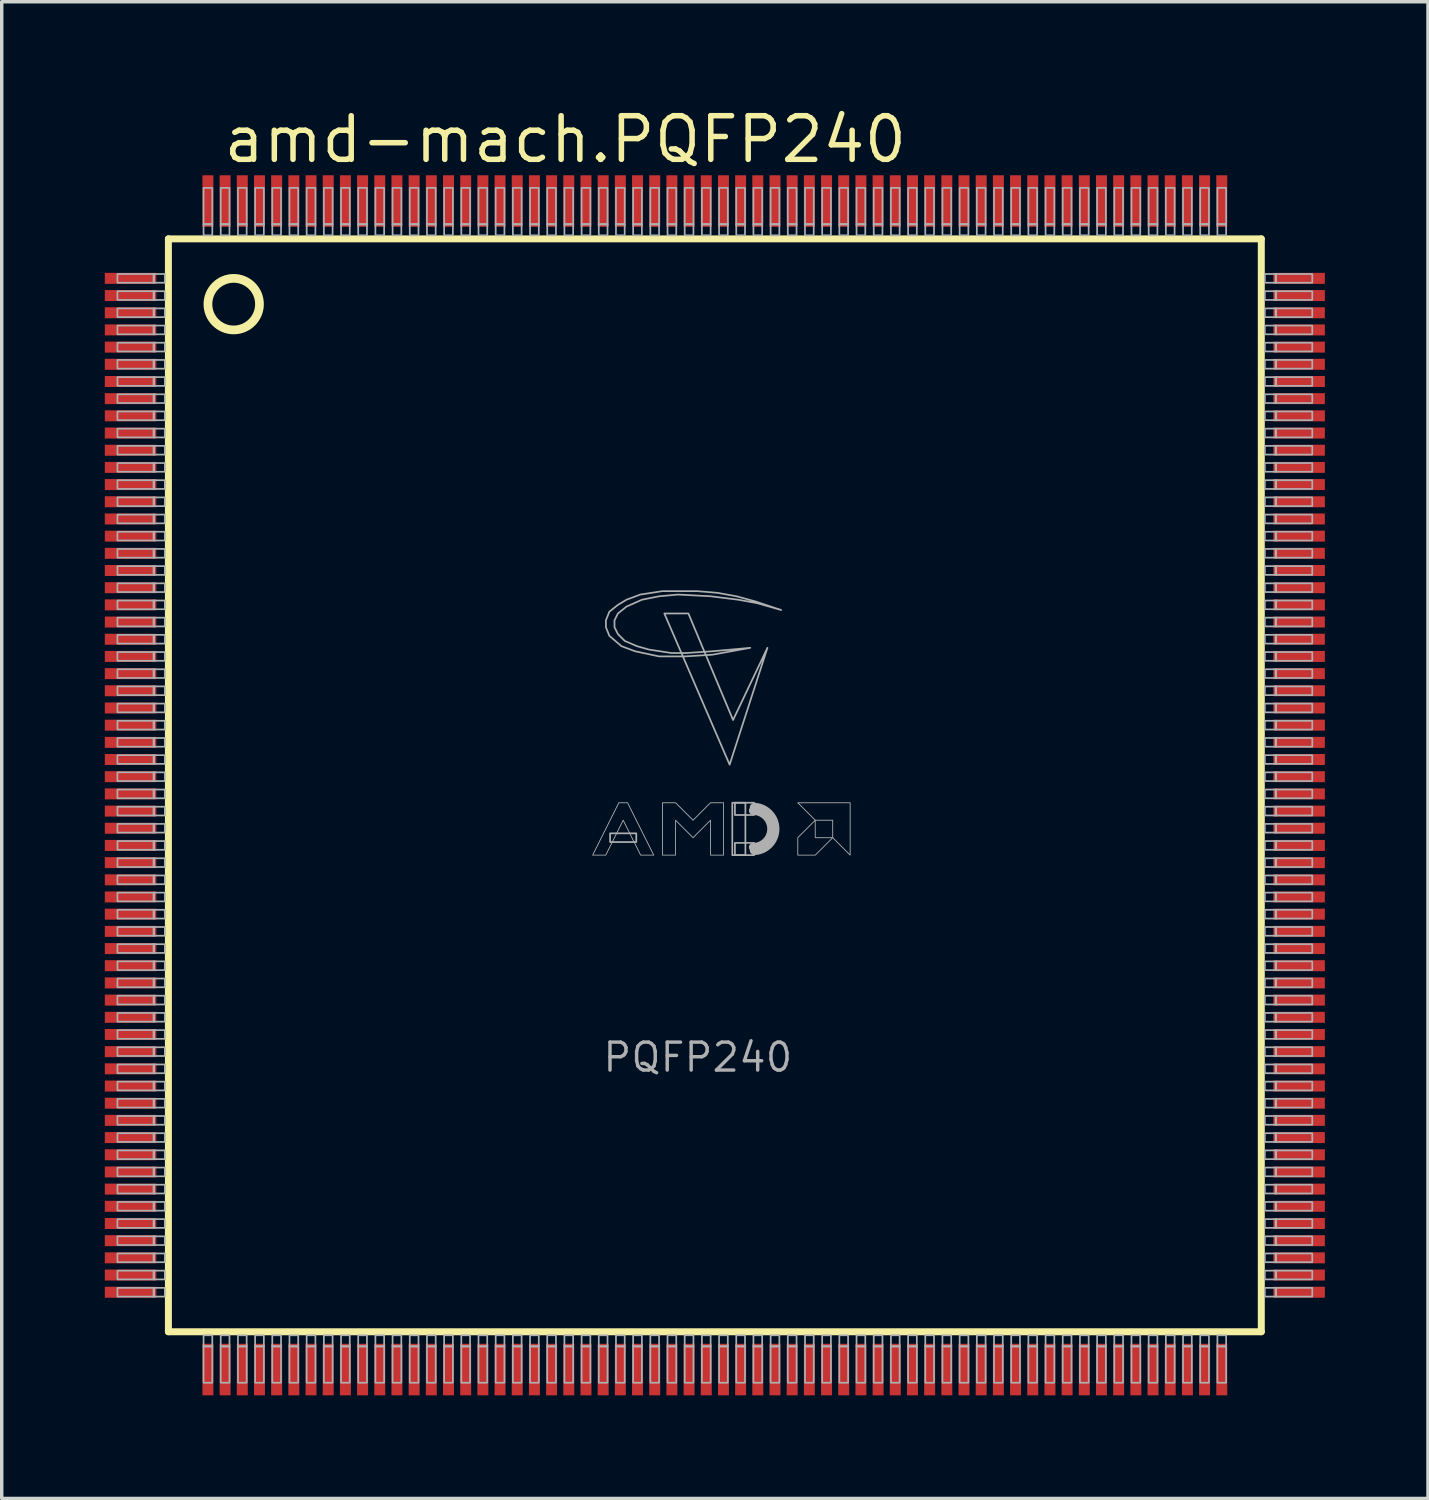
<source format=kicad_pcb>
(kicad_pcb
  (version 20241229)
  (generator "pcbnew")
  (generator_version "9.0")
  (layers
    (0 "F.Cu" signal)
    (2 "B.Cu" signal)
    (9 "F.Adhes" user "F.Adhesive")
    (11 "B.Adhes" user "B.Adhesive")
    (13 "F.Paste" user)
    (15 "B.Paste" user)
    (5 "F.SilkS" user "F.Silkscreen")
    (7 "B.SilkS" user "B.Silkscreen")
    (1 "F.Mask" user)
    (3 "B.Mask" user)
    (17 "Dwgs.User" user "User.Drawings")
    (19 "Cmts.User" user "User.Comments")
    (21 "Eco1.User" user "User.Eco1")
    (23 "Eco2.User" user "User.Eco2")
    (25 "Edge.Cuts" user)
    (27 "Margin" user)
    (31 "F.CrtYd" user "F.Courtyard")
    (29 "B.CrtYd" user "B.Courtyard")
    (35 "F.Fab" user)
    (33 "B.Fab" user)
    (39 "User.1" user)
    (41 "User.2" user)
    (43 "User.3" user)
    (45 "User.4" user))
  (footprint "amd-mach.PQFP240"
    (layer "F.Cu")
    (at 17.75 19.8)
    (property "Reference" "amd-mach.PQFP240" (at -14.375 -18.05 0) (layer "F.SilkS") (effects (font (size 1.27 1.27) (thickness 0.16)) (justify left bottom)))
    (attr smd)
    (fp_line (start -15.9 -15.9) (end -15.9 15.9) (stroke (width 0.203) (type default)) (layer "F.SilkS"))
    (fp_line (start -15.9 15.9) (end 15.9 15.9) (stroke (width 0.203) (type default)) (layer "F.SilkS"))
    (fp_line (start 15.9 -15.9) (end -15.9 -15.9) (stroke (width 0.203) (type default)) (layer "F.SilkS"))
    (fp_line (start 15.9 15.9) (end 15.9 -15.9) (stroke (width 0.203) (type default)) (layer "F.SilkS"))
    (fp_circle (center -14 -14) (end -13.25 -14) (stroke (width 0.254) (type default)) (fill no) (layer "F.SilkS"))
    (fp_rect (start -17.383 -14.623) (end -16.316 -14.877) (stroke (width 0.05) (type default)) (fill no) (layer "F.Fab"))
    (fp_rect (start -17.383 -14.123) (end -16.316 -14.377) (stroke (width 0.05) (type default)) (fill no) (layer "F.Fab"))
    (fp_rect (start -17.383 -13.623) (end -16.316 -13.877) (stroke (width 0.05) (type default)) (fill no) (layer "F.Fab"))
    (fp_rect (start -17.383 -13.123) (end -16.316 -13.377) (stroke (width 0.05) (type default)) (fill no) (layer "F.Fab"))
    (fp_rect (start -17.383 -12.623) (end -16.316 -12.877) (stroke (width 0.05) (type default)) (fill no) (layer "F.Fab"))
    (fp_rect (start -17.383 -12.123) (end -16.316 -12.377) (stroke (width 0.05) (type default)) (fill no) (layer "F.Fab"))
    (fp_rect (start -17.383 -11.623) (end -16.316 -11.877) (stroke (width 0.05) (type default)) (fill no) (layer "F.Fab"))
    (fp_rect (start -17.383 -11.123) (end -16.316 -11.377) (stroke (width 0.05) (type default)) (fill no) (layer "F.Fab"))
    (fp_rect (start -17.383 -10.623) (end -16.316 -10.877) (stroke (width 0.05) (type default)) (fill no) (layer "F.Fab"))
    (fp_rect (start -17.383 -10.123) (end -16.316 -10.377) (stroke (width 0.05) (type default)) (fill no) (layer "F.Fab"))
    (fp_rect (start -17.383 -9.623) (end -16.316 -9.877) (stroke (width 0.05) (type default)) (fill no) (layer "F.Fab"))
    (fp_rect (start -17.383 -9.123) (end -16.316 -9.377) (stroke (width 0.05) (type default)) (fill no) (layer "F.Fab"))
    (fp_rect (start -17.383 -8.623) (end -16.316 -8.877) (stroke (width 0.05) (type default)) (fill no) (layer "F.Fab"))
    (fp_rect (start -17.383 -8.123) (end -16.316 -8.377) (stroke (width 0.05) (type default)) (fill no) (layer "F.Fab"))
    (fp_rect (start -17.383 -7.623) (end -16.316 -7.877) (stroke (width 0.05) (type default)) (fill no) (layer "F.Fab"))
    (fp_rect (start -17.383 -7.123) (end -16.316 -7.377) (stroke (width 0.05) (type default)) (fill no) (layer "F.Fab"))
    (fp_rect (start -17.383 -6.623) (end -16.316 -6.877) (stroke (width 0.05) (type default)) (fill no) (layer "F.Fab"))
    (fp_rect (start -17.383 -6.123) (end -16.316 -6.377) (stroke (width 0.05) (type default)) (fill no) (layer "F.Fab"))
    (fp_rect (start -17.383 -5.623) (end -16.316 -5.877) (stroke (width 0.05) (type default)) (fill no) (layer "F.Fab"))
    (fp_rect (start -17.383 -5.123) (end -16.316 -5.377) (stroke (width 0.05) (type default)) (fill no) (layer "F.Fab"))
    (fp_rect (start -17.383 -4.623) (end -16.316 -4.877) (stroke (width 0.05) (type default)) (fill no) (layer "F.Fab"))
    (fp_rect (start -17.383 -4.123) (end -16.316 -4.377) (stroke (width 0.05) (type default)) (fill no) (layer "F.Fab"))
    (fp_rect (start -17.383 -3.623) (end -16.316 -3.877) (stroke (width 0.05) (type default)) (fill no) (layer "F.Fab"))
    (fp_rect (start -17.383 -3.123) (end -16.316 -3.377) (stroke (width 0.05) (type default)) (fill no) (layer "F.Fab"))
    (fp_rect (start -17.383 -2.623) (end -16.316 -2.877) (stroke (width 0.05) (type default)) (fill no) (layer "F.Fab"))
    (fp_rect (start -17.383 -2.123) (end -16.316 -2.377) (stroke (width 0.05) (type default)) (fill no) (layer "F.Fab"))
    (fp_rect (start -17.383 -1.623) (end -16.316 -1.877) (stroke (width 0.05) (type default)) (fill no) (layer "F.Fab"))
    (fp_rect (start -17.383 -1.123) (end -16.316 -1.377) (stroke (width 0.05) (type default)) (fill no) (layer "F.Fab"))
    (fp_rect (start -17.383 -0.623) (end -16.316 -0.877) (stroke (width 0.05) (type default)) (fill no) (layer "F.Fab"))
    (fp_rect (start -17.383 -0.123) (end -16.316 -0.377) (stroke (width 0.05) (type default)) (fill no) (layer "F.Fab"))
    (fp_rect (start -17.383 0.377) (end -16.316 0.123) (stroke (width 0.05) (type default)) (fill no) (layer "F.Fab"))
    (fp_rect (start -17.383 0.877) (end -16.316 0.623) (stroke (width 0.05) (type default)) (fill no) (layer "F.Fab"))
    (fp_rect (start -17.383 1.377) (end -16.316 1.123) (stroke (width 0.05) (type default)) (fill no) (layer "F.Fab"))
    (fp_rect (start -17.383 1.877) (end -16.316 1.623) (stroke (width 0.05) (type default)) (fill no) (layer "F.Fab"))
    (fp_rect (start -17.383 2.377) (end -16.316 2.123) (stroke (width 0.05) (type default)) (fill no) (layer "F.Fab"))
    (fp_rect (start -17.383 2.877) (end -16.316 2.623) (stroke (width 0.05) (type default)) (fill no) (layer "F.Fab"))
    (fp_rect (start -17.383 3.377) (end -16.316 3.123) (stroke (width 0.05) (type default)) (fill no) (layer "F.Fab"))
    (fp_rect (start -17.383 3.877) (end -16.316 3.623) (stroke (width 0.05) (type default)) (fill no) (layer "F.Fab"))
    (fp_rect (start -17.383 4.377) (end -16.316 4.123) (stroke (width 0.05) (type default)) (fill no) (layer "F.Fab"))
    (fp_rect (start -17.383 4.877) (end -16.316 4.623) (stroke (width 0.05) (type default)) (fill no) (layer "F.Fab"))
    (fp_rect (start -17.383 5.377) (end -16.316 5.123) (stroke (width 0.05) (type default)) (fill no) (layer "F.Fab"))
    (fp_rect (start -17.383 5.877) (end -16.316 5.623) (stroke (width 0.05) (type default)) (fill no) (layer "F.Fab"))
    (fp_rect (start -17.383 6.377) (end -16.316 6.123) (stroke (width 0.05) (type default)) (fill no) (layer "F.Fab"))
    (fp_rect (start -17.383 6.877) (end -16.316 6.623) (stroke (width 0.05) (type default)) (fill no) (layer "F.Fab"))
    (fp_rect (start -17.383 7.377) (end -16.316 7.123) (stroke (width 0.05) (type default)) (fill no) (layer "F.Fab"))
    (fp_rect (start -17.383 7.877) (end -16.316 7.623) (stroke (width 0.05) (type default)) (fill no) (layer "F.Fab"))
    (fp_rect (start -17.383 8.377) (end -16.316 8.123) (stroke (width 0.05) (type default)) (fill no) (layer "F.Fab"))
    (fp_rect (start -17.383 8.877) (end -16.316 8.623) (stroke (width 0.05) (type default)) (fill no) (layer "F.Fab"))
    (fp_rect (start -17.383 9.377) (end -16.316 9.123) (stroke (width 0.05) (type default)) (fill no) (layer "F.Fab"))
    (fp_rect (start -17.383 9.877) (end -16.316 9.623) (stroke (width 0.05) (type default)) (fill no) (layer "F.Fab"))
    (fp_rect (start -17.383 10.377) (end -16.316 10.123) (stroke (width 0.05) (type default)) (fill no) (layer "F.Fab"))
    (fp_rect (start -17.383 10.877) (end -16.316 10.623) (stroke (width 0.05) (type default)) (fill no) (layer "F.Fab"))
    (fp_rect (start -17.383 11.377) (end -16.316 11.123) (stroke (width 0.05) (type default)) (fill no) (layer "F.Fab"))
    (fp_rect (start -17.383 11.877) (end -16.316 11.623) (stroke (width 0.05) (type default)) (fill no) (layer "F.Fab"))
    (fp_rect (start -17.383 12.377) (end -16.316 12.123) (stroke (width 0.05) (type default)) (fill no) (layer "F.Fab"))
    (fp_rect (start -17.383 12.877) (end -16.316 12.623) (stroke (width 0.05) (type default)) (fill no) (layer "F.Fab"))
    (fp_rect (start -17.383 13.377) (end -16.316 13.123) (stroke (width 0.05) (type default)) (fill no) (layer "F.Fab"))
    (fp_rect (start -17.383 13.877) (end -16.316 13.623) (stroke (width 0.05) (type default)) (fill no) (layer "F.Fab"))
    (fp_rect (start -17.383 14.377) (end -16.316 14.123) (stroke (width 0.05) (type default)) (fill no) (layer "F.Fab"))
    (fp_rect (start -17.383 14.877) (end -16.316 14.623) (stroke (width 0.05) (type default)) (fill no) (layer "F.Fab"))
    (fp_rect (start -16.333 -14.623) (end -16.003 -14.877) (stroke (width 0.05) (type default)) (fill no) (layer "F.Fab"))
    (fp_rect (start -16.333 -14.123) (end -16.003 -14.377) (stroke (width 0.05) (type default)) (fill no) (layer "F.Fab"))
    (fp_rect (start -16.333 -13.623) (end -16.003 -13.877) (stroke (width 0.05) (type default)) (fill no) (layer "F.Fab"))
    (fp_rect (start -16.333 -13.123) (end -16.003 -13.377) (stroke (width 0.05) (type default)) (fill no) (layer "F.Fab"))
    (fp_rect (start -16.333 -12.623) (end -16.003 -12.877) (stroke (width 0.05) (type default)) (fill no) (layer "F.Fab"))
    (fp_rect (start -16.333 -12.123) (end -16.003 -12.377) (stroke (width 0.05) (type default)) (fill no) (layer "F.Fab"))
    (fp_rect (start -16.333 -11.623) (end -16.003 -11.877) (stroke (width 0.05) (type default)) (fill no) (layer "F.Fab"))
    (fp_rect (start -16.333 -11.123) (end -16.003 -11.377) (stroke (width 0.05) (type default)) (fill no) (layer "F.Fab"))
    (fp_rect (start -16.333 -10.623) (end -16.003 -10.877) (stroke (width 0.05) (type default)) (fill no) (layer "F.Fab"))
    (fp_rect (start -16.333 -10.123) (end -16.003 -10.377) (stroke (width 0.05) (type default)) (fill no) (layer "F.Fab"))
    (fp_rect (start -16.333 -9.623) (end -16.003 -9.877) (stroke (width 0.05) (type default)) (fill no) (layer "F.Fab"))
    (fp_rect (start -16.333 -9.123) (end -16.003 -9.377) (stroke (width 0.05) (type default)) (fill no) (layer "F.Fab"))
    (fp_rect (start -16.333 -8.623) (end -16.003 -8.877) (stroke (width 0.05) (type default)) (fill no) (layer "F.Fab"))
    (fp_rect (start -16.333 -8.123) (end -16.003 -8.377) (stroke (width 0.05) (type default)) (fill no) (layer "F.Fab"))
    (fp_rect (start -16.333 -7.623) (end -16.003 -7.877) (stroke (width 0.05) (type default)) (fill no) (layer "F.Fab"))
    (fp_rect (start -16.333 -7.123) (end -16.003 -7.377) (stroke (width 0.05) (type default)) (fill no) (layer "F.Fab"))
    (fp_rect (start -16.333 -6.623) (end -16.003 -6.877) (stroke (width 0.05) (type default)) (fill no) (layer "F.Fab"))
    (fp_rect (start -16.333 -6.123) (end -16.003 -6.377) (stroke (width 0.05) (type default)) (fill no) (layer "F.Fab"))
    (fp_rect (start -16.333 -5.623) (end -16.003 -5.877) (stroke (width 0.05) (type default)) (fill no) (layer "F.Fab"))
    (fp_rect (start -16.333 -5.123) (end -16.003 -5.377) (stroke (width 0.05) (type default)) (fill no) (layer "F.Fab"))
    (fp_rect (start -16.333 -4.623) (end -16.003 -4.877) (stroke (width 0.05) (type default)) (fill no) (layer "F.Fab"))
    (fp_rect (start -16.333 -4.123) (end -16.003 -4.377) (stroke (width 0.05) (type default)) (fill no) (layer "F.Fab"))
    (fp_rect (start -16.333 -3.623) (end -16.003 -3.877) (stroke (width 0.05) (type default)) (fill no) (layer "F.Fab"))
    (fp_rect (start -16.333 -3.123) (end -16.003 -3.377) (stroke (width 0.05) (type default)) (fill no) (layer "F.Fab"))
    (fp_rect (start -16.333 -2.623) (end -16.003 -2.877) (stroke (width 0.05) (type default)) (fill no) (layer "F.Fab"))
    (fp_rect (start -16.333 -2.123) (end -16.003 -2.377) (stroke (width 0.05) (type default)) (fill no) (layer "F.Fab"))
    (fp_rect (start -16.333 -1.623) (end -16.003 -1.877) (stroke (width 0.05) (type default)) (fill no) (layer "F.Fab"))
    (fp_rect (start -16.333 -1.123) (end -16.003 -1.377) (stroke (width 0.05) (type default)) (fill no) (layer "F.Fab"))
    (fp_rect (start -16.333 -0.623) (end -16.003 -0.877) (stroke (width 0.05) (type default)) (fill no) (layer "F.Fab"))
    (fp_rect (start -16.333 -0.123) (end -16.003 -0.377) (stroke (width 0.05) (type default)) (fill no) (layer "F.Fab"))
    (fp_rect (start -16.333 0.377) (end -16.003 0.123) (stroke (width 0.05) (type default)) (fill no) (layer "F.Fab"))
    (fp_rect (start -16.333 0.877) (end -16.003 0.623) (stroke (width 0.05) (type default)) (fill no) (layer "F.Fab"))
    (fp_rect (start -16.333 1.377) (end -16.003 1.123) (stroke (width 0.05) (type default)) (fill no) (layer "F.Fab"))
    (fp_rect (start -16.333 1.877) (end -16.003 1.623) (stroke (width 0.05) (type default)) (fill no) (layer "F.Fab"))
    (fp_rect (start -16.333 2.377) (end -16.003 2.123) (stroke (width 0.05) (type default)) (fill no) (layer "F.Fab"))
    (fp_rect (start -16.333 2.877) (end -16.003 2.623) (stroke (width 0.05) (type default)) (fill no) (layer "F.Fab"))
    (fp_rect (start -16.333 3.377) (end -16.003 3.123) (stroke (width 0.05) (type default)) (fill no) (layer "F.Fab"))
    (fp_rect (start -16.333 3.877) (end -16.003 3.623) (stroke (width 0.05) (type default)) (fill no) (layer "F.Fab"))
    (fp_rect (start -16.333 4.377) (end -16.003 4.123) (stroke (width 0.05) (type default)) (fill no) (layer "F.Fab"))
    (fp_rect (start -16.333 4.877) (end -16.003 4.623) (stroke (width 0.05) (type default)) (fill no) (layer "F.Fab"))
    (fp_rect (start -16.333 5.377) (end -16.003 5.123) (stroke (width 0.05) (type default)) (fill no) (layer "F.Fab"))
    (fp_rect (start -16.333 5.877) (end -16.003 5.623) (stroke (width 0.05) (type default)) (fill no) (layer "F.Fab"))
    (fp_rect (start -16.333 6.377) (end -16.003 6.123) (stroke (width 0.05) (type default)) (fill no) (layer "F.Fab"))
    (fp_rect (start -16.333 6.877) (end -16.003 6.623) (stroke (width 0.05) (type default)) (fill no) (layer "F.Fab"))
    (fp_rect (start -16.333 7.377) (end -16.003 7.123) (stroke (width 0.05) (type default)) (fill no) (layer "F.Fab"))
    (fp_rect (start -16.333 7.877) (end -16.003 7.623) (stroke (width 0.05) (type default)) (fill no) (layer "F.Fab"))
    (fp_rect (start -16.333 8.377) (end -16.003 8.123) (stroke (width 0.05) (type default)) (fill no) (layer "F.Fab"))
    (fp_rect (start -16.333 8.877) (end -16.003 8.623) (stroke (width 0.05) (type default)) (fill no) (layer "F.Fab"))
    (fp_rect (start -16.333 9.377) (end -16.003 9.123) (stroke (width 0.05) (type default)) (fill no) (layer "F.Fab"))
    (fp_rect (start -16.333 9.877) (end -16.003 9.623) (stroke (width 0.05) (type default)) (fill no) (layer "F.Fab"))
    (fp_rect (start -16.333 10.377) (end -16.003 10.123) (stroke (width 0.05) (type default)) (fill no) (layer "F.Fab"))
    (fp_rect (start -16.333 10.877) (end -16.003 10.623) (stroke (width 0.05) (type default)) (fill no) (layer "F.Fab"))
    (fp_rect (start -16.333 11.377) (end -16.003 11.123) (stroke (width 0.05) (type default)) (fill no) (layer "F.Fab"))
    (fp_rect (start -16.333 11.877) (end -16.003 11.623) (stroke (width 0.05) (type default)) (fill no) (layer "F.Fab"))
    (fp_rect (start -16.333 12.377) (end -16.003 12.123) (stroke (width 0.05) (type default)) (fill no) (layer "F.Fab"))
    (fp_rect (start -16.333 12.877) (end -16.003 12.623) (stroke (width 0.05) (type default)) (fill no) (layer "F.Fab"))
    (fp_rect (start -16.333 13.377) (end -16.003 13.123) (stroke (width 0.05) (type default)) (fill no) (layer "F.Fab"))
    (fp_rect (start -16.333 13.877) (end -16.003 13.623) (stroke (width 0.05) (type default)) (fill no) (layer "F.Fab"))
    (fp_rect (start -16.333 14.377) (end -16.003 14.123) (stroke (width 0.05) (type default)) (fill no) (layer "F.Fab"))
    (fp_rect (start -16.333 14.877) (end -16.003 14.623) (stroke (width 0.05) (type default)) (fill no) (layer "F.Fab"))
    (fp_rect (start -14.877 -16.316) (end -14.623 -17.383) (stroke (width 0.05) (type default)) (fill no) (layer "F.Fab"))
    (fp_rect (start -14.877 -16.003) (end -14.623 -16.333) (stroke (width 0.05) (type default)) (fill no) (layer "F.Fab"))
    (fp_rect (start -14.877 16.333) (end -14.623 16.003) (stroke (width 0.05) (type default)) (fill no) (layer "F.Fab"))
    (fp_rect (start -14.877 17.383) (end -14.623 16.316) (stroke (width 0.05) (type default)) (fill no) (layer "F.Fab"))
    (fp_rect (start -14.377 -16.316) (end -14.123 -17.383) (stroke (width 0.05) (type default)) (fill no) (layer "F.Fab"))
    (fp_rect (start -14.377 -16.003) (end -14.123 -16.333) (stroke (width 0.05) (type default)) (fill no) (layer "F.Fab"))
    (fp_rect (start -14.377 16.333) (end -14.123 16.003) (stroke (width 0.05) (type default)) (fill no) (layer "F.Fab"))
    (fp_rect (start -14.377 17.383) (end -14.123 16.316) (stroke (width 0.05) (type default)) (fill no) (layer "F.Fab"))
    (fp_rect (start -13.877 -16.316) (end -13.623 -17.383) (stroke (width 0.05) (type default)) (fill no) (layer "F.Fab"))
    (fp_rect (start -13.877 -16.003) (end -13.623 -16.333) (stroke (width 0.05) (type default)) (fill no) (layer "F.Fab"))
    (fp_rect (start -13.877 16.333) (end -13.623 16.003) (stroke (width 0.05) (type default)) (fill no) (layer "F.Fab"))
    (fp_rect (start -13.877 17.383) (end -13.623 16.316) (stroke (width 0.05) (type default)) (fill no) (layer "F.Fab"))
    (fp_rect (start -13.377 -16.316) (end -13.123 -17.383) (stroke (width 0.05) (type default)) (fill no) (layer "F.Fab"))
    (fp_rect (start -13.377 -16.003) (end -13.123 -16.333) (stroke (width 0.05) (type default)) (fill no) (layer "F.Fab"))
    (fp_rect (start -13.377 16.333) (end -13.123 16.003) (stroke (width 0.05) (type default)) (fill no) (layer "F.Fab"))
    (fp_rect (start -13.377 17.383) (end -13.123 16.316) (stroke (width 0.05) (type default)) (fill no) (layer "F.Fab"))
    (fp_rect (start -12.877 -16.316) (end -12.623 -17.383) (stroke (width 0.05) (type default)) (fill no) (layer "F.Fab"))
    (fp_rect (start -12.877 -16.003) (end -12.623 -16.333) (stroke (width 0.05) (type default)) (fill no) (layer "F.Fab"))
    (fp_rect (start -12.877 16.333) (end -12.623 16.003) (stroke (width 0.05) (type default)) (fill no) (layer "F.Fab"))
    (fp_rect (start -12.877 17.383) (end -12.623 16.316) (stroke (width 0.05) (type default)) (fill no) (layer "F.Fab"))
    (fp_rect (start -12.377 -16.316) (end -12.123 -17.383) (stroke (width 0.05) (type default)) (fill no) (layer "F.Fab"))
    (fp_rect (start -12.377 -16.003) (end -12.123 -16.333) (stroke (width 0.05) (type default)) (fill no) (layer "F.Fab"))
    (fp_rect (start -12.377 16.333) (end -12.123 16.003) (stroke (width 0.05) (type default)) (fill no) (layer "F.Fab"))
    (fp_rect (start -12.377 17.383) (end -12.123 16.316) (stroke (width 0.05) (type default)) (fill no) (layer "F.Fab"))
    (fp_rect (start -11.877 -16.316) (end -11.623 -17.383) (stroke (width 0.05) (type default)) (fill no) (layer "F.Fab"))
    (fp_rect (start -11.877 -16.003) (end -11.623 -16.333) (stroke (width 0.05) (type default)) (fill no) (layer "F.Fab"))
    (fp_rect (start -11.877 16.333) (end -11.623 16.003) (stroke (width 0.05) (type default)) (fill no) (layer "F.Fab"))
    (fp_rect (start -11.877 17.383) (end -11.623 16.316) (stroke (width 0.05) (type default)) (fill no) (layer "F.Fab"))
    (fp_rect (start -11.377 -16.316) (end -11.123 -17.383) (stroke (width 0.05) (type default)) (fill no) (layer "F.Fab"))
    (fp_rect (start -11.377 -16.003) (end -11.123 -16.333) (stroke (width 0.05) (type default)) (fill no) (layer "F.Fab"))
    (fp_rect (start -11.377 16.333) (end -11.123 16.003) (stroke (width 0.05) (type default)) (fill no) (layer "F.Fab"))
    (fp_rect (start -11.377 17.383) (end -11.123 16.316) (stroke (width 0.05) (type default)) (fill no) (layer "F.Fab"))
    (fp_rect (start -10.877 -16.316) (end -10.623 -17.383) (stroke (width 0.05) (type default)) (fill no) (layer "F.Fab"))
    (fp_rect (start -10.877 -16.003) (end -10.623 -16.333) (stroke (width 0.05) (type default)) (fill no) (layer "F.Fab"))
    (fp_rect (start -10.877 16.333) (end -10.623 16.003) (stroke (width 0.05) (type default)) (fill no) (layer "F.Fab"))
    (fp_rect (start -10.877 17.383) (end -10.623 16.316) (stroke (width 0.05) (type default)) (fill no) (layer "F.Fab"))
    (fp_rect (start -10.377 -16.316) (end -10.123 -17.383) (stroke (width 0.05) (type default)) (fill no) (layer "F.Fab"))
    (fp_rect (start -10.377 -16.003) (end -10.123 -16.333) (stroke (width 0.05) (type default)) (fill no) (layer "F.Fab"))
    (fp_rect (start -10.377 16.333) (end -10.123 16.003) (stroke (width 0.05) (type default)) (fill no) (layer "F.Fab"))
    (fp_rect (start -10.377 17.383) (end -10.123 16.316) (stroke (width 0.05) (type default)) (fill no) (layer "F.Fab"))
    (fp_rect (start -9.877 -16.316) (end -9.623 -17.383) (stroke (width 0.05) (type default)) (fill no) (layer "F.Fab"))
    (fp_rect (start -9.877 -16.003) (end -9.623 -16.333) (stroke (width 0.05) (type default)) (fill no) (layer "F.Fab"))
    (fp_rect (start -9.877 16.333) (end -9.623 16.003) (stroke (width 0.05) (type default)) (fill no) (layer "F.Fab"))
    (fp_rect (start -9.877 17.383) (end -9.623 16.316) (stroke (width 0.05) (type default)) (fill no) (layer "F.Fab"))
    (fp_rect (start -9.377 -16.316) (end -9.123 -17.383) (stroke (width 0.05) (type default)) (fill no) (layer "F.Fab"))
    (fp_rect (start -9.377 -16.003) (end -9.123 -16.333) (stroke (width 0.05) (type default)) (fill no) (layer "F.Fab"))
    (fp_rect (start -9.377 16.333) (end -9.123 16.003) (stroke (width 0.05) (type default)) (fill no) (layer "F.Fab"))
    (fp_rect (start -9.377 17.383) (end -9.123 16.316) (stroke (width 0.05) (type default)) (fill no) (layer "F.Fab"))
    (fp_rect (start -8.877 -16.316) (end -8.623 -17.383) (stroke (width 0.05) (type default)) (fill no) (layer "F.Fab"))
    (fp_rect (start -8.877 -16.003) (end -8.623 -16.333) (stroke (width 0.05) (type default)) (fill no) (layer "F.Fab"))
    (fp_rect (start -8.877 16.333) (end -8.623 16.003) (stroke (width 0.05) (type default)) (fill no) (layer "F.Fab"))
    (fp_rect (start -8.877 17.383) (end -8.623 16.316) (stroke (width 0.05) (type default)) (fill no) (layer "F.Fab"))
    (fp_rect (start -8.377 -16.316) (end -8.123 -17.383) (stroke (width 0.05) (type default)) (fill no) (layer "F.Fab"))
    (fp_rect (start -8.377 -16.003) (end -8.123 -16.333) (stroke (width 0.05) (type default)) (fill no) (layer "F.Fab"))
    (fp_rect (start -8.377 16.333) (end -8.123 16.003) (stroke (width 0.05) (type default)) (fill no) (layer "F.Fab"))
    (fp_rect (start -8.377 17.383) (end -8.123 16.316) (stroke (width 0.05) (type default)) (fill no) (layer "F.Fab"))
    (fp_rect (start -7.877 -16.316) (end -7.623 -17.383) (stroke (width 0.05) (type default)) (fill no) (layer "F.Fab"))
    (fp_rect (start -7.877 -16.003) (end -7.623 -16.333) (stroke (width 0.05) (type default)) (fill no) (layer "F.Fab"))
    (fp_rect (start -7.877 16.333) (end -7.623 16.003) (stroke (width 0.05) (type default)) (fill no) (layer "F.Fab"))
    (fp_rect (start -7.877 17.383) (end -7.623 16.316) (stroke (width 0.05) (type default)) (fill no) (layer "F.Fab"))
    (fp_rect (start -7.377 -16.316) (end -7.123 -17.383) (stroke (width 0.05) (type default)) (fill no) (layer "F.Fab"))
    (fp_rect (start -7.377 -16.003) (end -7.123 -16.333) (stroke (width 0.05) (type default)) (fill no) (layer "F.Fab"))
    (fp_rect (start -7.377 16.333) (end -7.123 16.003) (stroke (width 0.05) (type default)) (fill no) (layer "F.Fab"))
    (fp_rect (start -7.377 17.383) (end -7.123 16.316) (stroke (width 0.05) (type default)) (fill no) (layer "F.Fab"))
    (fp_rect (start -6.877 -16.316) (end -6.623 -17.383) (stroke (width 0.05) (type default)) (fill no) (layer "F.Fab"))
    (fp_rect (start -6.877 -16.003) (end -6.623 -16.333) (stroke (width 0.05) (type default)) (fill no) (layer "F.Fab"))
    (fp_rect (start -6.877 16.333) (end -6.623 16.003) (stroke (width 0.05) (type default)) (fill no) (layer "F.Fab"))
    (fp_rect (start -6.877 17.383) (end -6.623 16.316) (stroke (width 0.05) (type default)) (fill no) (layer "F.Fab"))
    (fp_rect (start -6.377 -16.316) (end -6.123 -17.383) (stroke (width 0.05) (type default)) (fill no) (layer "F.Fab"))
    (fp_rect (start -6.377 -16.003) (end -6.123 -16.333) (stroke (width 0.05) (type default)) (fill no) (layer "F.Fab"))
    (fp_rect (start -6.377 16.333) (end -6.123 16.003) (stroke (width 0.05) (type default)) (fill no) (layer "F.Fab"))
    (fp_rect (start -6.377 17.383) (end -6.123 16.316) (stroke (width 0.05) (type default)) (fill no) (layer "F.Fab"))
    (fp_rect (start -5.877 -16.316) (end -5.623 -17.383) (stroke (width 0.05) (type default)) (fill no) (layer "F.Fab"))
    (fp_rect (start -5.877 -16.003) (end -5.623 -16.333) (stroke (width 0.05) (type default)) (fill no) (layer "F.Fab"))
    (fp_rect (start -5.877 16.333) (end -5.623 16.003) (stroke (width 0.05) (type default)) (fill no) (layer "F.Fab"))
    (fp_rect (start -5.877 17.383) (end -5.623 16.316) (stroke (width 0.05) (type default)) (fill no) (layer "F.Fab"))
    (fp_rect (start -5.377 -16.316) (end -5.123 -17.383) (stroke (width 0.05) (type default)) (fill no) (layer "F.Fab"))
    (fp_rect (start -5.377 -16.003) (end -5.123 -16.333) (stroke (width 0.05) (type default)) (fill no) (layer "F.Fab"))
    (fp_rect (start -5.377 16.333) (end -5.123 16.003) (stroke (width 0.05) (type default)) (fill no) (layer "F.Fab"))
    (fp_rect (start -5.377 17.383) (end -5.123 16.316) (stroke (width 0.05) (type default)) (fill no) (layer "F.Fab"))
    (fp_rect (start -4.877 -16.316) (end -4.623 -17.383) (stroke (width 0.05) (type default)) (fill no) (layer "F.Fab"))
    (fp_rect (start -4.877 -16.003) (end -4.623 -16.333) (stroke (width 0.05) (type default)) (fill no) (layer "F.Fab"))
    (fp_rect (start -4.877 16.333) (end -4.623 16.003) (stroke (width 0.05) (type default)) (fill no) (layer "F.Fab"))
    (fp_rect (start -4.877 17.383) (end -4.623 16.316) (stroke (width 0.05) (type default)) (fill no) (layer "F.Fab"))
    (fp_rect (start -4.377 -16.316) (end -4.123 -17.383) (stroke (width 0.05) (type default)) (fill no) (layer "F.Fab"))
    (fp_rect (start -4.377 -16.003) (end -4.123 -16.333) (stroke (width 0.05) (type default)) (fill no) (layer "F.Fab"))
    (fp_rect (start -4.377 16.333) (end -4.123 16.003) (stroke (width 0.05) (type default)) (fill no) (layer "F.Fab"))
    (fp_rect (start -4.377 17.383) (end -4.123 16.316) (stroke (width 0.05) (type default)) (fill no) (layer "F.Fab"))
    (fp_rect (start -3.877 -16.316) (end -3.623 -17.383) (stroke (width 0.05) (type default)) (fill no) (layer "F.Fab"))
    (fp_rect (start -3.877 -16.003) (end -3.623 -16.333) (stroke (width 0.05) (type default)) (fill no) (layer "F.Fab"))
    (fp_rect (start -3.877 16.333) (end -3.623 16.003) (stroke (width 0.05) (type default)) (fill no) (layer "F.Fab"))
    (fp_rect (start -3.877 17.383) (end -3.623 16.316) (stroke (width 0.05) (type default)) (fill no) (layer "F.Fab"))
    (fp_rect (start -3.377 -16.316) (end -3.123 -17.383) (stroke (width 0.05) (type default)) (fill no) (layer "F.Fab"))
    (fp_rect (start -3.377 -16.003) (end -3.123 -16.333) (stroke (width 0.05) (type default)) (fill no) (layer "F.Fab"))
    (fp_rect (start -3.377 16.333) (end -3.123 16.003) (stroke (width 0.05) (type default)) (fill no) (layer "F.Fab"))
    (fp_rect (start -3.377 17.383) (end -3.123 16.316) (stroke (width 0.05) (type default)) (fill no) (layer "F.Fab"))
    (fp_rect (start -3.048 1.651) (end -2.286 1.397) (stroke (width 0.05) (type default)) (fill no) (layer "F.Fab"))
    (fp_rect (start -2.877 -16.316) (end -2.623 -17.383) (stroke (width 0.05) (type default)) (fill no) (layer "F.Fab"))
    (fp_rect (start -2.877 -16.003) (end -2.623 -16.333) (stroke (width 0.05) (type default)) (fill no) (layer "F.Fab"))
    (fp_rect (start -2.877 16.333) (end -2.623 16.003) (stroke (width 0.05) (type default)) (fill no) (layer "F.Fab"))
    (fp_rect (start -2.877 17.383) (end -2.623 16.316) (stroke (width 0.05) (type default)) (fill no) (layer "F.Fab"))
    (fp_rect (start -2.377 -16.316) (end -2.123 -17.383) (stroke (width 0.05) (type default)) (fill no) (layer "F.Fab"))
    (fp_rect (start -2.377 -16.003) (end -2.123 -16.333) (stroke (width 0.05) (type default)) (fill no) (layer "F.Fab"))
    (fp_rect (start -2.377 16.333) (end -2.123 16.003) (stroke (width 0.05) (type default)) (fill no) (layer "F.Fab"))
    (fp_rect (start -2.377 17.383) (end -2.123 16.316) (stroke (width 0.05) (type default)) (fill no) (layer "F.Fab"))
    (fp_rect (start -1.877 -16.316) (end -1.623 -17.383) (stroke (width 0.05) (type default)) (fill no) (layer "F.Fab"))
    (fp_rect (start -1.877 -16.003) (end -1.623 -16.333) (stroke (width 0.05) (type default)) (fill no) (layer "F.Fab"))
    (fp_rect (start -1.877 16.333) (end -1.623 16.003) (stroke (width 0.05) (type default)) (fill no) (layer "F.Fab"))
    (fp_rect (start -1.877 17.383) (end -1.623 16.316) (stroke (width 0.05) (type default)) (fill no) (layer "F.Fab"))
    (fp_rect (start -1.377 -16.316) (end -1.123 -17.383) (stroke (width 0.05) (type default)) (fill no) (layer "F.Fab"))
    (fp_rect (start -1.377 -16.003) (end -1.123 -16.333) (stroke (width 0.05) (type default)) (fill no) (layer "F.Fab"))
    (fp_rect (start -1.377 16.333) (end -1.123 16.003) (stroke (width 0.05) (type default)) (fill no) (layer "F.Fab"))
    (fp_rect (start -1.377 17.383) (end -1.123 16.316) (stroke (width 0.05) (type default)) (fill no) (layer "F.Fab"))
    (fp_rect (start -0.877 -16.316) (end -0.623 -17.383) (stroke (width 0.05) (type default)) (fill no) (layer "F.Fab"))
    (fp_rect (start -0.877 -16.003) (end -0.623 -16.333) (stroke (width 0.05) (type default)) (fill no) (layer "F.Fab"))
    (fp_rect (start -0.877 16.333) (end -0.623 16.003) (stroke (width 0.05) (type default)) (fill no) (layer "F.Fab"))
    (fp_rect (start -0.877 17.383) (end -0.623 16.316) (stroke (width 0.05) (type default)) (fill no) (layer "F.Fab"))
    (fp_rect (start -0.377 -16.316) (end -0.123 -17.383) (stroke (width 0.05) (type default)) (fill no) (layer "F.Fab"))
    (fp_rect (start -0.377 -16.003) (end -0.123 -16.333) (stroke (width 0.05) (type default)) (fill no) (layer "F.Fab"))
    (fp_rect (start -0.377 16.333) (end -0.123 16.003) (stroke (width 0.05) (type default)) (fill no) (layer "F.Fab"))
    (fp_rect (start -0.377 17.383) (end -0.123 16.316) (stroke (width 0.05) (type default)) (fill no) (layer "F.Fab"))
    (fp_rect (start 0.123 -16.316) (end 0.377 -17.383) (stroke (width 0.05) (type default)) (fill no) (layer "F.Fab"))
    (fp_rect (start 0.123 -16.003) (end 0.377 -16.333) (stroke (width 0.05) (type default)) (fill no) (layer "F.Fab"))
    (fp_rect (start 0.123 16.333) (end 0.377 16.003) (stroke (width 0.05) (type default)) (fill no) (layer "F.Fab"))
    (fp_rect (start 0.123 17.383) (end 0.377 16.316) (stroke (width 0.05) (type default)) (fill no) (layer "F.Fab"))
    (fp_rect (start 0.508 2.032) (end 0.889 0.508) (stroke (width 0.05) (type default)) (fill no) (layer "F.Fab"))
    (fp_rect (start 0.584 0.864) (end 1.143 0.508) (stroke (width 0.05) (type default)) (fill no) (layer "F.Fab"))
    (fp_rect (start 0.584 2.032) (end 1.143 1.676) (stroke (width 0.05) (type default)) (fill no) (layer "F.Fab"))
    (fp_rect (start 0.623 -16.316) (end 0.877 -17.383) (stroke (width 0.05) (type default)) (fill no) (layer "F.Fab"))
    (fp_rect (start 0.623 -16.003) (end 0.877 -16.333) (stroke (width 0.05) (type default)) (fill no) (layer "F.Fab"))
    (fp_rect (start 0.623 16.333) (end 0.877 16.003) (stroke (width 0.05) (type default)) (fill no) (layer "F.Fab"))
    (fp_rect (start 0.623 17.383) (end 0.877 16.316) (stroke (width 0.05) (type default)) (fill no) (layer "F.Fab"))
    (fp_rect (start 1.123 -16.316) (end 1.377 -17.383) (stroke (width 0.05) (type default)) (fill no) (layer "F.Fab"))
    (fp_rect (start 1.123 -16.003) (end 1.377 -16.333) (stroke (width 0.05) (type default)) (fill no) (layer "F.Fab"))
    (fp_rect (start 1.123 16.333) (end 1.377 16.003) (stroke (width 0.05) (type default)) (fill no) (layer "F.Fab"))
    (fp_rect (start 1.123 17.383) (end 1.377 16.316) (stroke (width 0.05) (type default)) (fill no) (layer "F.Fab"))
    (fp_rect (start 1.623 -16.316) (end 1.877 -17.383) (stroke (width 0.05) (type default)) (fill no) (layer "F.Fab"))
    (fp_rect (start 1.623 -16.003) (end 1.877 -16.333) (stroke (width 0.05) (type default)) (fill no) (layer "F.Fab"))
    (fp_rect (start 1.623 16.333) (end 1.877 16.003) (stroke (width 0.05) (type default)) (fill no) (layer "F.Fab"))
    (fp_rect (start 1.623 17.383) (end 1.877 16.316) (stroke (width 0.05) (type default)) (fill no) (layer "F.Fab"))
    (fp_rect (start 2.123 -16.316) (end 2.377 -17.383) (stroke (width 0.05) (type default)) (fill no) (layer "F.Fab"))
    (fp_rect (start 2.123 -16.003) (end 2.377 -16.333) (stroke (width 0.05) (type default)) (fill no) (layer "F.Fab"))
    (fp_rect (start 2.123 16.333) (end 2.377 16.003) (stroke (width 0.05) (type default)) (fill no) (layer "F.Fab"))
    (fp_rect (start 2.123 17.383) (end 2.377 16.316) (stroke (width 0.05) (type default)) (fill no) (layer "F.Fab"))
    (fp_rect (start 2.623 -16.316) (end 2.877 -17.383) (stroke (width 0.05) (type default)) (fill no) (layer "F.Fab"))
    (fp_rect (start 2.623 -16.003) (end 2.877 -16.333) (stroke (width 0.05) (type default)) (fill no) (layer "F.Fab"))
    (fp_rect (start 2.623 16.333) (end 2.877 16.003) (stroke (width 0.05) (type default)) (fill no) (layer "F.Fab"))
    (fp_rect (start 2.623 17.383) (end 2.877 16.316) (stroke (width 0.05) (type default)) (fill no) (layer "F.Fab"))
    (fp_rect (start 3.123 -16.316) (end 3.377 -17.383) (stroke (width 0.05) (type default)) (fill no) (layer "F.Fab"))
    (fp_rect (start 3.123 -16.003) (end 3.377 -16.333) (stroke (width 0.05) (type default)) (fill no) (layer "F.Fab"))
    (fp_rect (start 3.123 16.333) (end 3.377 16.003) (stroke (width 0.05) (type default)) (fill no) (layer "F.Fab"))
    (fp_rect (start 3.123 17.383) (end 3.377 16.316) (stroke (width 0.05) (type default)) (fill no) (layer "F.Fab"))
    (fp_rect (start 3.623 -16.316) (end 3.877 -17.383) (stroke (width 0.05) (type default)) (fill no) (layer "F.Fab"))
    (fp_rect (start 3.623 -16.003) (end 3.877 -16.333) (stroke (width 0.05) (type default)) (fill no) (layer "F.Fab"))
    (fp_rect (start 3.623 16.333) (end 3.877 16.003) (stroke (width 0.05) (type default)) (fill no) (layer "F.Fab"))
    (fp_rect (start 3.623 17.383) (end 3.877 16.316) (stroke (width 0.05) (type default)) (fill no) (layer "F.Fab"))
    (fp_rect (start 4.123 -16.316) (end 4.377 -17.383) (stroke (width 0.05) (type default)) (fill no) (layer "F.Fab"))
    (fp_rect (start 4.123 -16.003) (end 4.377 -16.333) (stroke (width 0.05) (type default)) (fill no) (layer "F.Fab"))
    (fp_rect (start 4.123 16.333) (end 4.377 16.003) (stroke (width 0.05) (type default)) (fill no) (layer "F.Fab"))
    (fp_rect (start 4.123 17.383) (end 4.377 16.316) (stroke (width 0.05) (type default)) (fill no) (layer "F.Fab"))
    (fp_rect (start 4.623 -16.316) (end 4.877 -17.383) (stroke (width 0.05) (type default)) (fill no) (layer "F.Fab"))
    (fp_rect (start 4.623 -16.003) (end 4.877 -16.333) (stroke (width 0.05) (type default)) (fill no) (layer "F.Fab"))
    (fp_rect (start 4.623 16.333) (end 4.877 16.003) (stroke (width 0.05) (type default)) (fill no) (layer "F.Fab"))
    (fp_rect (start 4.623 17.383) (end 4.877 16.316) (stroke (width 0.05) (type default)) (fill no) (layer "F.Fab"))
    (fp_rect (start 5.123 -16.316) (end 5.377 -17.383) (stroke (width 0.05) (type default)) (fill no) (layer "F.Fab"))
    (fp_rect (start 5.123 -16.003) (end 5.377 -16.333) (stroke (width 0.05) (type default)) (fill no) (layer "F.Fab"))
    (fp_rect (start 5.123 16.333) (end 5.377 16.003) (stroke (width 0.05) (type default)) (fill no) (layer "F.Fab"))
    (fp_rect (start 5.123 17.383) (end 5.377 16.316) (stroke (width 0.05) (type default)) (fill no) (layer "F.Fab"))
    (fp_rect (start 5.623 -16.316) (end 5.877 -17.383) (stroke (width 0.05) (type default)) (fill no) (layer "F.Fab"))
    (fp_rect (start 5.623 -16.003) (end 5.877 -16.333) (stroke (width 0.05) (type default)) (fill no) (layer "F.Fab"))
    (fp_rect (start 5.623 16.333) (end 5.877 16.003) (stroke (width 0.05) (type default)) (fill no) (layer "F.Fab"))
    (fp_rect (start 5.623 17.383) (end 5.877 16.316) (stroke (width 0.05) (type default)) (fill no) (layer "F.Fab"))
    (fp_rect (start 6.123 -16.316) (end 6.377 -17.383) (stroke (width 0.05) (type default)) (fill no) (layer "F.Fab"))
    (fp_rect (start 6.123 -16.003) (end 6.377 -16.333) (stroke (width 0.05) (type default)) (fill no) (layer "F.Fab"))
    (fp_rect (start 6.123 16.333) (end 6.377 16.003) (stroke (width 0.05) (type default)) (fill no) (layer "F.Fab"))
    (fp_rect (start 6.123 17.383) (end 6.377 16.316) (stroke (width 0.05) (type default)) (fill no) (layer "F.Fab"))
    (fp_rect (start 6.623 -16.316) (end 6.877 -17.383) (stroke (width 0.05) (type default)) (fill no) (layer "F.Fab"))
    (fp_rect (start 6.623 -16.003) (end 6.877 -16.333) (stroke (width 0.05) (type default)) (fill no) (layer "F.Fab"))
    (fp_rect (start 6.623 16.333) (end 6.877 16.003) (stroke (width 0.05) (type default)) (fill no) (layer "F.Fab"))
    (fp_rect (start 6.623 17.383) (end 6.877 16.316) (stroke (width 0.05) (type default)) (fill no) (layer "F.Fab"))
    (fp_rect (start 7.123 -16.316) (end 7.377 -17.383) (stroke (width 0.05) (type default)) (fill no) (layer "F.Fab"))
    (fp_rect (start 7.123 -16.003) (end 7.377 -16.333) (stroke (width 0.05) (type default)) (fill no) (layer "F.Fab"))
    (fp_rect (start 7.123 16.333) (end 7.377 16.003) (stroke (width 0.05) (type default)) (fill no) (layer "F.Fab"))
    (fp_rect (start 7.123 17.383) (end 7.377 16.316) (stroke (width 0.05) (type default)) (fill no) (layer "F.Fab"))
    (fp_rect (start 7.623 -16.316) (end 7.877 -17.383) (stroke (width 0.05) (type default)) (fill no) (layer "F.Fab"))
    (fp_rect (start 7.623 -16.003) (end 7.877 -16.333) (stroke (width 0.05) (type default)) (fill no) (layer "F.Fab"))
    (fp_rect (start 7.623 16.333) (end 7.877 16.003) (stroke (width 0.05) (type default)) (fill no) (layer "F.Fab"))
    (fp_rect (start 7.623 17.383) (end 7.877 16.316) (stroke (width 0.05) (type default)) (fill no) (layer "F.Fab"))
    (fp_rect (start 8.123 -16.316) (end 8.377 -17.383) (stroke (width 0.05) (type default)) (fill no) (layer "F.Fab"))
    (fp_rect (start 8.123 -16.003) (end 8.377 -16.333) (stroke (width 0.05) (type default)) (fill no) (layer "F.Fab"))
    (fp_rect (start 8.123 16.333) (end 8.377 16.003) (stroke (width 0.05) (type default)) (fill no) (layer "F.Fab"))
    (fp_rect (start 8.123 17.383) (end 8.377 16.316) (stroke (width 0.05) (type default)) (fill no) (layer "F.Fab"))
    (fp_rect (start 8.623 -16.316) (end 8.877 -17.383) (stroke (width 0.05) (type default)) (fill no) (layer "F.Fab"))
    (fp_rect (start 8.623 -16.003) (end 8.877 -16.333) (stroke (width 0.05) (type default)) (fill no) (layer "F.Fab"))
    (fp_rect (start 8.623 16.333) (end 8.877 16.003) (stroke (width 0.05) (type default)) (fill no) (layer "F.Fab"))
    (fp_rect (start 8.623 17.383) (end 8.877 16.316) (stroke (width 0.05) (type default)) (fill no) (layer "F.Fab"))
    (fp_rect (start 9.123 -16.316) (end 9.377 -17.383) (stroke (width 0.05) (type default)) (fill no) (layer "F.Fab"))
    (fp_rect (start 9.123 -16.003) (end 9.377 -16.333) (stroke (width 0.05) (type default)) (fill no) (layer "F.Fab"))
    (fp_rect (start 9.123 16.333) (end 9.377 16.003) (stroke (width 0.05) (type default)) (fill no) (layer "F.Fab"))
    (fp_rect (start 9.123 17.383) (end 9.377 16.316) (stroke (width 0.05) (type default)) (fill no) (layer "F.Fab"))
    (fp_rect (start 9.623 -16.316) (end 9.877 -17.383) (stroke (width 0.05) (type default)) (fill no) (layer "F.Fab"))
    (fp_rect (start 9.623 -16.003) (end 9.877 -16.333) (stroke (width 0.05) (type default)) (fill no) (layer "F.Fab"))
    (fp_rect (start 9.623 16.333) (end 9.877 16.003) (stroke (width 0.05) (type default)) (fill no) (layer "F.Fab"))
    (fp_rect (start 9.623 17.383) (end 9.877 16.316) (stroke (width 0.05) (type default)) (fill no) (layer "F.Fab"))
    (fp_rect (start 10.123 -16.316) (end 10.377 -17.383) (stroke (width 0.05) (type default)) (fill no) (layer "F.Fab"))
    (fp_rect (start 10.123 -16.003) (end 10.377 -16.333) (stroke (width 0.05) (type default)) (fill no) (layer "F.Fab"))
    (fp_rect (start 10.123 16.333) (end 10.377 16.003) (stroke (width 0.05) (type default)) (fill no) (layer "F.Fab"))
    (fp_rect (start 10.123 17.383) (end 10.377 16.316) (stroke (width 0.05) (type default)) (fill no) (layer "F.Fab"))
    (fp_rect (start 10.623 -16.316) (end 10.877 -17.383) (stroke (width 0.05) (type default)) (fill no) (layer "F.Fab"))
    (fp_rect (start 10.623 -16.003) (end 10.877 -16.333) (stroke (width 0.05) (type default)) (fill no) (layer "F.Fab"))
    (fp_rect (start 10.623 16.333) (end 10.877 16.003) (stroke (width 0.05) (type default)) (fill no) (layer "F.Fab"))
    (fp_rect (start 10.623 17.383) (end 10.877 16.316) (stroke (width 0.05) (type default)) (fill no) (layer "F.Fab"))
    (fp_rect (start 11.123 -16.316) (end 11.377 -17.383) (stroke (width 0.05) (type default)) (fill no) (layer "F.Fab"))
    (fp_rect (start 11.123 -16.003) (end 11.377 -16.333) (stroke (width 0.05) (type default)) (fill no) (layer "F.Fab"))
    (fp_rect (start 11.123 16.333) (end 11.377 16.003) (stroke (width 0.05) (type default)) (fill no) (layer "F.Fab"))
    (fp_rect (start 11.123 17.383) (end 11.377 16.316) (stroke (width 0.05) (type default)) (fill no) (layer "F.Fab"))
    (fp_rect (start 11.623 -16.316) (end 11.877 -17.383) (stroke (width 0.05) (type default)) (fill no) (layer "F.Fab"))
    (fp_rect (start 11.623 -16.003) (end 11.877 -16.333) (stroke (width 0.05) (type default)) (fill no) (layer "F.Fab"))
    (fp_rect (start 11.623 16.333) (end 11.877 16.003) (stroke (width 0.05) (type default)) (fill no) (layer "F.Fab"))
    (fp_rect (start 11.623 17.383) (end 11.877 16.316) (stroke (width 0.05) (type default)) (fill no) (layer "F.Fab"))
    (fp_rect (start 12.123 -16.316) (end 12.377 -17.383) (stroke (width 0.05) (type default)) (fill no) (layer "F.Fab"))
    (fp_rect (start 12.123 -16.003) (end 12.377 -16.333) (stroke (width 0.05) (type default)) (fill no) (layer "F.Fab"))
    (fp_rect (start 12.123 16.333) (end 12.377 16.003) (stroke (width 0.05) (type default)) (fill no) (layer "F.Fab"))
    (fp_rect (start 12.123 17.383) (end 12.377 16.316) (stroke (width 0.05) (type default)) (fill no) (layer "F.Fab"))
    (fp_rect (start 12.623 -16.316) (end 12.877 -17.383) (stroke (width 0.05) (type default)) (fill no) (layer "F.Fab"))
    (fp_rect (start 12.623 -16.003) (end 12.877 -16.333) (stroke (width 0.05) (type default)) (fill no) (layer "F.Fab"))
    (fp_rect (start 12.623 16.333) (end 12.877 16.003) (stroke (width 0.05) (type default)) (fill no) (layer "F.Fab"))
    (fp_rect (start 12.623 17.383) (end 12.877 16.316) (stroke (width 0.05) (type default)) (fill no) (layer "F.Fab"))
    (fp_rect (start 13.123 -16.316) (end 13.377 -17.383) (stroke (width 0.05) (type default)) (fill no) (layer "F.Fab"))
    (fp_rect (start 13.123 -16.003) (end 13.377 -16.333) (stroke (width 0.05) (type default)) (fill no) (layer "F.Fab"))
    (fp_rect (start 13.123 16.333) (end 13.377 16.003) (stroke (width 0.05) (type default)) (fill no) (layer "F.Fab"))
    (fp_rect (start 13.123 17.383) (end 13.377 16.316) (stroke (width 0.05) (type default)) (fill no) (layer "F.Fab"))
    (fp_rect (start 13.623 -16.316) (end 13.877 -17.383) (stroke (width 0.05) (type default)) (fill no) (layer "F.Fab"))
    (fp_rect (start 13.623 -16.003) (end 13.877 -16.333) (stroke (width 0.05) (type default)) (fill no) (layer "F.Fab"))
    (fp_rect (start 13.623 16.333) (end 13.877 16.003) (stroke (width 0.05) (type default)) (fill no) (layer "F.Fab"))
    (fp_rect (start 13.623 17.383) (end 13.877 16.316) (stroke (width 0.05) (type default)) (fill no) (layer "F.Fab"))
    (fp_rect (start 14.123 -16.316) (end 14.377 -17.383) (stroke (width 0.05) (type default)) (fill no) (layer "F.Fab"))
    (fp_rect (start 14.123 -16.003) (end 14.377 -16.333) (stroke (width 0.05) (type default)) (fill no) (layer "F.Fab"))
    (fp_rect (start 14.123 16.333) (end 14.377 16.003) (stroke (width 0.05) (type default)) (fill no) (layer "F.Fab"))
    (fp_rect (start 14.123 17.383) (end 14.377 16.316) (stroke (width 0.05) (type default)) (fill no) (layer "F.Fab"))
    (fp_rect (start 14.623 -16.316) (end 14.877 -17.383) (stroke (width 0.05) (type default)) (fill no) (layer "F.Fab"))
    (fp_rect (start 14.623 -16.003) (end 14.877 -16.333) (stroke (width 0.05) (type default)) (fill no) (layer "F.Fab"))
    (fp_rect (start 14.623 16.333) (end 14.877 16.003) (stroke (width 0.05) (type default)) (fill no) (layer "F.Fab"))
    (fp_rect (start 14.623 17.383) (end 14.877 16.316) (stroke (width 0.05) (type default)) (fill no) (layer "F.Fab"))
    (fp_rect (start 16.003 -14.623) (end 16.333 -14.877) (stroke (width 0.05) (type default)) (fill no) (layer "F.Fab"))
    (fp_rect (start 16.003 -14.123) (end 16.333 -14.377) (stroke (width 0.05) (type default)) (fill no) (layer "F.Fab"))
    (fp_rect (start 16.003 -13.623) (end 16.333 -13.877) (stroke (width 0.05) (type default)) (fill no) (layer "F.Fab"))
    (fp_rect (start 16.003 -13.123) (end 16.333 -13.377) (stroke (width 0.05) (type default)) (fill no) (layer "F.Fab"))
    (fp_rect (start 16.003 -12.623) (end 16.333 -12.877) (stroke (width 0.05) (type default)) (fill no) (layer "F.Fab"))
    (fp_rect (start 16.003 -12.123) (end 16.333 -12.377) (stroke (width 0.05) (type default)) (fill no) (layer "F.Fab"))
    (fp_rect (start 16.003 -11.623) (end 16.333 -11.877) (stroke (width 0.05) (type default)) (fill no) (layer "F.Fab"))
    (fp_rect (start 16.003 -11.123) (end 16.333 -11.377) (stroke (width 0.05) (type default)) (fill no) (layer "F.Fab"))
    (fp_rect (start 16.003 -10.623) (end 16.333 -10.877) (stroke (width 0.05) (type default)) (fill no) (layer "F.Fab"))
    (fp_rect (start 16.003 -10.123) (end 16.333 -10.377) (stroke (width 0.05) (type default)) (fill no) (layer "F.Fab"))
    (fp_rect (start 16.003 -9.623) (end 16.333 -9.877) (stroke (width 0.05) (type default)) (fill no) (layer "F.Fab"))
    (fp_rect (start 16.003 -9.123) (end 16.333 -9.377) (stroke (width 0.05) (type default)) (fill no) (layer "F.Fab"))
    (fp_rect (start 16.003 -8.623) (end 16.333 -8.877) (stroke (width 0.05) (type default)) (fill no) (layer "F.Fab"))
    (fp_rect (start 16.003 -8.123) (end 16.333 -8.377) (stroke (width 0.05) (type default)) (fill no) (layer "F.Fab"))
    (fp_rect (start 16.003 -7.623) (end 16.333 -7.877) (stroke (width 0.05) (type default)) (fill no) (layer "F.Fab"))
    (fp_rect (start 16.003 -7.123) (end 16.333 -7.377) (stroke (width 0.05) (type default)) (fill no) (layer "F.Fab"))
    (fp_rect (start 16.003 -6.623) (end 16.333 -6.877) (stroke (width 0.05) (type default)) (fill no) (layer "F.Fab"))
    (fp_rect (start 16.003 -6.123) (end 16.333 -6.377) (stroke (width 0.05) (type default)) (fill no) (layer "F.Fab"))
    (fp_rect (start 16.003 -5.623) (end 16.333 -5.877) (stroke (width 0.05) (type default)) (fill no) (layer "F.Fab"))
    (fp_rect (start 16.003 -5.123) (end 16.333 -5.377) (stroke (width 0.05) (type default)) (fill no) (layer "F.Fab"))
    (fp_rect (start 16.003 -4.623) (end 16.333 -4.877) (stroke (width 0.05) (type default)) (fill no) (layer "F.Fab"))
    (fp_rect (start 16.003 -4.123) (end 16.333 -4.377) (stroke (width 0.05) (type default)) (fill no) (layer "F.Fab"))
    (fp_rect (start 16.003 -3.623) (end 16.333 -3.877) (stroke (width 0.05) (type default)) (fill no) (layer "F.Fab"))
    (fp_rect (start 16.003 -3.123) (end 16.333 -3.377) (stroke (width 0.05) (type default)) (fill no) (layer "F.Fab"))
    (fp_rect (start 16.003 -2.623) (end 16.333 -2.877) (stroke (width 0.05) (type default)) (fill no) (layer "F.Fab"))
    (fp_rect (start 16.003 -2.123) (end 16.333 -2.377) (stroke (width 0.05) (type default)) (fill no) (layer "F.Fab"))
    (fp_rect (start 16.003 -1.623) (end 16.333 -1.877) (stroke (width 0.05) (type default)) (fill no) (layer "F.Fab"))
    (fp_rect (start 16.003 -1.123) (end 16.333 -1.377) (stroke (width 0.05) (type default)) (fill no) (layer "F.Fab"))
    (fp_rect (start 16.003 -0.623) (end 16.333 -0.877) (stroke (width 0.05) (type default)) (fill no) (layer "F.Fab"))
    (fp_rect (start 16.003 -0.123) (end 16.333 -0.377) (stroke (width 0.05) (type default)) (fill no) (layer "F.Fab"))
    (fp_rect (start 16.003 0.377) (end 16.333 0.123) (stroke (width 0.05) (type default)) (fill no) (layer "F.Fab"))
    (fp_rect (start 16.003 0.877) (end 16.333 0.623) (stroke (width 0.05) (type default)) (fill no) (layer "F.Fab"))
    (fp_rect (start 16.003 1.377) (end 16.333 1.123) (stroke (width 0.05) (type default)) (fill no) (layer "F.Fab"))
    (fp_rect (start 16.003 1.877) (end 16.333 1.623) (stroke (width 0.05) (type default)) (fill no) (layer "F.Fab"))
    (fp_rect (start 16.003 2.377) (end 16.333 2.123) (stroke (width 0.05) (type default)) (fill no) (layer "F.Fab"))
    (fp_rect (start 16.003 2.877) (end 16.333 2.623) (stroke (width 0.05) (type default)) (fill no) (layer "F.Fab"))
    (fp_rect (start 16.003 3.377) (end 16.333 3.123) (stroke (width 0.05) (type default)) (fill no) (layer "F.Fab"))
    (fp_rect (start 16.003 3.877) (end 16.333 3.623) (stroke (width 0.05) (type default)) (fill no) (layer "F.Fab"))
    (fp_rect (start 16.003 4.377) (end 16.333 4.123) (stroke (width 0.05) (type default)) (fill no) (layer "F.Fab"))
    (fp_rect (start 16.003 4.877) (end 16.333 4.623) (stroke (width 0.05) (type default)) (fill no) (layer "F.Fab"))
    (fp_rect (start 16.003 5.377) (end 16.333 5.123) (stroke (width 0.05) (type default)) (fill no) (layer "F.Fab"))
    (fp_rect (start 16.003 5.877) (end 16.333 5.623) (stroke (width 0.05) (type default)) (fill no) (layer "F.Fab"))
    (fp_rect (start 16.003 6.377) (end 16.333 6.123) (stroke (width 0.05) (type default)) (fill no) (layer "F.Fab"))
    (fp_rect (start 16.003 6.877) (end 16.333 6.623) (stroke (width 0.05) (type default)) (fill no) (layer "F.Fab"))
    (fp_rect (start 16.003 7.377) (end 16.333 7.123) (stroke (width 0.05) (type default)) (fill no) (layer "F.Fab"))
    (fp_rect (start 16.003 7.877) (end 16.333 7.623) (stroke (width 0.05) (type default)) (fill no) (layer "F.Fab"))
    (fp_rect (start 16.003 8.377) (end 16.333 8.123) (stroke (width 0.05) (type default)) (fill no) (layer "F.Fab"))
    (fp_rect (start 16.003 8.877) (end 16.333 8.623) (stroke (width 0.05) (type default)) (fill no) (layer "F.Fab"))
    (fp_rect (start 16.003 9.377) (end 16.333 9.123) (stroke (width 0.05) (type default)) (fill no) (layer "F.Fab"))
    (fp_rect (start 16.003 9.877) (end 16.333 9.623) (stroke (width 0.05) (type default)) (fill no) (layer "F.Fab"))
    (fp_rect (start 16.003 10.377) (end 16.333 10.123) (stroke (width 0.05) (type default)) (fill no) (layer "F.Fab"))
    (fp_rect (start 16.003 10.877) (end 16.333 10.623) (stroke (width 0.05) (type default)) (fill no) (layer "F.Fab"))
    (fp_rect (start 16.003 11.377) (end 16.333 11.123) (stroke (width 0.05) (type default)) (fill no) (layer "F.Fab"))
    (fp_rect (start 16.003 11.877) (end 16.333 11.623) (stroke (width 0.05) (type default)) (fill no) (layer "F.Fab"))
    (fp_rect (start 16.003 12.377) (end 16.333 12.123) (stroke (width 0.05) (type default)) (fill no) (layer "F.Fab"))
    (fp_rect (start 16.003 12.877) (end 16.333 12.623) (stroke (width 0.05) (type default)) (fill no) (layer "F.Fab"))
    (fp_rect (start 16.003 13.377) (end 16.333 13.123) (stroke (width 0.05) (type default)) (fill no) (layer "F.Fab"))
    (fp_rect (start 16.003 13.877) (end 16.333 13.623) (stroke (width 0.05) (type default)) (fill no) (layer "F.Fab"))
    (fp_rect (start 16.003 14.377) (end 16.333 14.123) (stroke (width 0.05) (type default)) (fill no) (layer "F.Fab"))
    (fp_rect (start 16.003 14.877) (end 16.333 14.623) (stroke (width 0.05) (type default)) (fill no) (layer "F.Fab"))
    (fp_rect (start 16.316 -14.623) (end 17.383 -14.877) (stroke (width 0.05) (type default)) (fill no) (layer "F.Fab"))
    (fp_rect (start 16.316 -14.123) (end 17.383 -14.377) (stroke (width 0.05) (type default)) (fill no) (layer "F.Fab"))
    (fp_rect (start 16.316 -13.623) (end 17.383 -13.877) (stroke (width 0.05) (type default)) (fill no) (layer "F.Fab"))
    (fp_rect (start 16.316 -13.123) (end 17.383 -13.377) (stroke (width 0.05) (type default)) (fill no) (layer "F.Fab"))
    (fp_rect (start 16.316 -12.623) (end 17.383 -12.877) (stroke (width 0.05) (type default)) (fill no) (layer "F.Fab"))
    (fp_rect (start 16.316 -12.123) (end 17.383 -12.377) (stroke (width 0.05) (type default)) (fill no) (layer "F.Fab"))
    (fp_rect (start 16.316 -11.623) (end 17.383 -11.877) (stroke (width 0.05) (type default)) (fill no) (layer "F.Fab"))
    (fp_rect (start 16.316 -11.123) (end 17.383 -11.377) (stroke (width 0.05) (type default)) (fill no) (layer "F.Fab"))
    (fp_rect (start 16.316 -10.623) (end 17.383 -10.877) (stroke (width 0.05) (type default)) (fill no) (layer "F.Fab"))
    (fp_rect (start 16.316 -10.123) (end 17.383 -10.377) (stroke (width 0.05) (type default)) (fill no) (layer "F.Fab"))
    (fp_rect (start 16.316 -9.623) (end 17.383 -9.877) (stroke (width 0.05) (type default)) (fill no) (layer "F.Fab"))
    (fp_rect (start 16.316 -9.123) (end 17.383 -9.377) (stroke (width 0.05) (type default)) (fill no) (layer "F.Fab"))
    (fp_rect (start 16.316 -8.623) (end 17.383 -8.877) (stroke (width 0.05) (type default)) (fill no) (layer "F.Fab"))
    (fp_rect (start 16.316 -8.123) (end 17.383 -8.377) (stroke (width 0.05) (type default)) (fill no) (layer "F.Fab"))
    (fp_rect (start 16.316 -7.623) (end 17.383 -7.877) (stroke (width 0.05) (type default)) (fill no) (layer "F.Fab"))
    (fp_rect (start 16.316 -7.123) (end 17.383 -7.377) (stroke (width 0.05) (type default)) (fill no) (layer "F.Fab"))
    (fp_rect (start 16.316 -6.623) (end 17.383 -6.877) (stroke (width 0.05) (type default)) (fill no) (layer "F.Fab"))
    (fp_rect (start 16.316 -6.123) (end 17.383 -6.377) (stroke (width 0.05) (type default)) (fill no) (layer "F.Fab"))
    (fp_rect (start 16.316 -5.623) (end 17.383 -5.877) (stroke (width 0.05) (type default)) (fill no) (layer "F.Fab"))
    (fp_rect (start 16.316 -5.123) (end 17.383 -5.377) (stroke (width 0.05) (type default)) (fill no) (layer "F.Fab"))
    (fp_rect (start 16.316 -4.623) (end 17.383 -4.877) (stroke (width 0.05) (type default)) (fill no) (layer "F.Fab"))
    (fp_rect (start 16.316 -4.123) (end 17.383 -4.377) (stroke (width 0.05) (type default)) (fill no) (layer "F.Fab"))
    (fp_rect (start 16.316 -3.623) (end 17.383 -3.877) (stroke (width 0.05) (type default)) (fill no) (layer "F.Fab"))
    (fp_rect (start 16.316 -3.123) (end 17.383 -3.377) (stroke (width 0.05) (type default)) (fill no) (layer "F.Fab"))
    (fp_rect (start 16.316 -2.623) (end 17.383 -2.877) (stroke (width 0.05) (type default)) (fill no) (layer "F.Fab"))
    (fp_rect (start 16.316 -2.123) (end 17.383 -2.377) (stroke (width 0.05) (type default)) (fill no) (layer "F.Fab"))
    (fp_rect (start 16.316 -1.623) (end 17.383 -1.877) (stroke (width 0.05) (type default)) (fill no) (layer "F.Fab"))
    (fp_rect (start 16.316 -1.123) (end 17.383 -1.377) (stroke (width 0.05) (type default)) (fill no) (layer "F.Fab"))
    (fp_rect (start 16.316 -0.623) (end 17.383 -0.877) (stroke (width 0.05) (type default)) (fill no) (layer "F.Fab"))
    (fp_rect (start 16.316 -0.123) (end 17.383 -0.377) (stroke (width 0.05) (type default)) (fill no) (layer "F.Fab"))
    (fp_rect (start 16.316 0.377) (end 17.383 0.123) (stroke (width 0.05) (type default)) (fill no) (layer "F.Fab"))
    (fp_rect (start 16.316 0.877) (end 17.383 0.623) (stroke (width 0.05) (type default)) (fill no) (layer "F.Fab"))
    (fp_rect (start 16.316 1.377) (end 17.383 1.123) (stroke (width 0.05) (type default)) (fill no) (layer "F.Fab"))
    (fp_rect (start 16.316 1.877) (end 17.383 1.623) (stroke (width 0.05) (type default)) (fill no) (layer "F.Fab"))
    (fp_rect (start 16.316 2.377) (end 17.383 2.123) (stroke (width 0.05) (type default)) (fill no) (layer "F.Fab"))
    (fp_rect (start 16.316 2.877) (end 17.383 2.623) (stroke (width 0.05) (type default)) (fill no) (layer "F.Fab"))
    (fp_rect (start 16.316 3.377) (end 17.383 3.123) (stroke (width 0.05) (type default)) (fill no) (layer "F.Fab"))
    (fp_rect (start 16.316 3.877) (end 17.383 3.623) (stroke (width 0.05) (type default)) (fill no) (layer "F.Fab"))
    (fp_rect (start 16.316 4.377) (end 17.383 4.123) (stroke (width 0.05) (type default)) (fill no) (layer "F.Fab"))
    (fp_rect (start 16.316 4.877) (end 17.383 4.623) (stroke (width 0.05) (type default)) (fill no) (layer "F.Fab"))
    (fp_rect (start 16.316 5.377) (end 17.383 5.123) (stroke (width 0.05) (type default)) (fill no) (layer "F.Fab"))
    (fp_rect (start 16.316 5.877) (end 17.383 5.623) (stroke (width 0.05) (type default)) (fill no) (layer "F.Fab"))
    (fp_rect (start 16.316 6.377) (end 17.383 6.123) (stroke (width 0.05) (type default)) (fill no) (layer "F.Fab"))
    (fp_rect (start 16.316 6.877) (end 17.383 6.623) (stroke (width 0.05) (type default)) (fill no) (layer "F.Fab"))
    (fp_rect (start 16.316 7.377) (end 17.383 7.123) (stroke (width 0.05) (type default)) (fill no) (layer "F.Fab"))
    (fp_rect (start 16.316 7.877) (end 17.383 7.623) (stroke (width 0.05) (type default)) (fill no) (layer "F.Fab"))
    (fp_rect (start 16.316 8.377) (end 17.383 8.123) (stroke (width 0.05) (type default)) (fill no) (layer "F.Fab"))
    (fp_rect (start 16.316 8.877) (end 17.383 8.623) (stroke (width 0.05) (type default)) (fill no) (layer "F.Fab"))
    (fp_rect (start 16.316 9.377) (end 17.383 9.123) (stroke (width 0.05) (type default)) (fill no) (layer "F.Fab"))
    (fp_rect (start 16.316 9.877) (end 17.383 9.623) (stroke (width 0.05) (type default)) (fill no) (layer "F.Fab"))
    (fp_rect (start 16.316 10.377) (end 17.383 10.123) (stroke (width 0.05) (type default)) (fill no) (layer "F.Fab"))
    (fp_rect (start 16.316 10.877) (end 17.383 10.623) (stroke (width 0.05) (type default)) (fill no) (layer "F.Fab"))
    (fp_rect (start 16.316 11.377) (end 17.383 11.123) (stroke (width 0.05) (type default)) (fill no) (layer "F.Fab"))
    (fp_rect (start 16.316 11.877) (end 17.383 11.623) (stroke (width 0.05) (type default)) (fill no) (layer "F.Fab"))
    (fp_rect (start 16.316 12.377) (end 17.383 12.123) (stroke (width 0.05) (type default)) (fill no) (layer "F.Fab"))
    (fp_rect (start 16.316 12.877) (end 17.383 12.623) (stroke (width 0.05) (type default)) (fill no) (layer "F.Fab"))
    (fp_rect (start 16.316 13.377) (end 17.383 13.123) (stroke (width 0.05) (type default)) (fill no) (layer "F.Fab"))
    (fp_rect (start 16.316 13.877) (end 17.383 13.623) (stroke (width 0.05) (type default)) (fill no) (layer "F.Fab"))
    (fp_rect (start 16.316 14.377) (end 17.383 14.123) (stroke (width 0.05) (type default)) (fill no) (layer "F.Fab"))
    (fp_rect (start 16.316 14.877) (end 17.383 14.623) (stroke (width 0.05) (type default)) (fill no) (layer "F.Fab"))
    (fp_arc (start 1.1176 0.5334) (mid 1.8542 1.27) (end 1.1176 2.0066) (stroke (width 0.0508) (type default)) (layer "F.Fab"))
    (fp_arc (start 1.1176 0.635) (mid 1.7526 1.27) (end 1.1176 1.905) (stroke (width 0.2032) (type default)) (layer "F.Fab"))
    (fp_arc (start 1.1176 0.7366) (mid 1.651 1.27) (end 1.1176 1.8034) (stroke (width 0.254) (type default)) (layer "F.Fab"))
    (fp_poly (pts (xy -1.47 -5) (xy -0.77 -5) (xy 0.53 -1.9) (xy 1.53 -4) (xy 0.43 -0.6)) (stroke (width 0.05) (type default)) (fill no) (layer "F.Fab"))
    (fp_poly (pts (xy 2.413 0.508) (xy 3.937 0.508) (xy 3.937 2.032) (xy 3.429 1.524) (xy 3.429 1.016) (xy 2.921 1.016)) (stroke (width 0.025) (type default)) (fill no) (layer "F.Fab"))
    (fp_poly (pts (xy 2.921 1.016) (xy 2.413 1.524) (xy 2.413 2.032) (xy 2.921 2.032) (xy 3.429 1.524) (xy 2.921 1.524)) (stroke (width 0.025) (type default)) (fill no) (layer "F.Fab"))
    (fp_poly (pts (xy -3.556 2.032) (xy -2.794 0.508) (xy -2.54 0.508) (xy -1.778 2.032) (xy -2.159 2.032) (xy -2.667 1.016) (xy -3.175 2.032)) (stroke (width 0.025) (type default)) (fill no) (layer "F.Fab"))
    (fp_poly (pts (xy -1.524 2.032) (xy -1.524 0.508) (xy -1.143 0.508) (xy -0.635 1.016) (xy -0.127 0.508) (xy 0.254 0.508) (xy 0.254 2.032) (xy -0.127 2.032) (xy -0.127 1.016) (xy -0.635 1.524) (xy -1.143 1.016) (xy -1.143 2.032)) (stroke (width 0.025) (type default)) (fill no) (layer "F.Fab"))
    (fp_poly (pts (xy 1.93 -5.1) (xy 1.18 -5.35) (xy 0.63 -5.5) (xy 0.08 -5.6) (xy -0.52 -5.65) (xy -1.52 -5.65) (xy -2.17 -5.55) (xy -2.57 -5.4) (xy -2.82 -5.25) (xy -3.07 -5.05) (xy -3.17 -4.8) (xy -3.17 -4.6) (xy -3.07 -4.35) (xy -2.72 -4.05) (xy -2.32 -3.9) (xy -1.62 -3.75) (xy -0.87 -3.75) (xy -0.07 -3.8) (xy 1.03 -4) (xy -0.07 -3.9) (xy -0.82 -3.85) (xy -1.27 -3.85) (xy -1.92 -3.95) (xy -2.27 -4.05) (xy -2.62 -4.2) (xy -2.82 -4.4) (xy -2.92 -4.6) (xy -2.92 -4.8) (xy -2.82 -5) (xy -2.57 -5.2) (xy -2.12 -5.4) (xy -1.62 -5.5) (xy -1.07 -5.55) (xy -0.12 -5.5) (xy 0.68 -5.4) (xy 1.23 -5.3)) (stroke (width 0.05) (type default)) (fill no) (layer "F.Fab"))
    (fp_text user "PQFP240" (at -3.31 8.39 0) (layer "F.Fab") (effects (font (size 0.813 0.813) (thickness 0.1)) (justify left bottom)))
    (pad "1" smd roundrect (at -17 -14.75) (size 1.5 0.32) (layers "F.Cu" "F.Mask" "F.Paste") (roundrect_rratio 0.01))
    (pad "2" smd roundrect (at -17 -14.25) (size 1.5 0.32) (layers "F.Cu" "F.Mask" "F.Paste") (roundrect_rratio 0.01))
    (pad "3" smd roundrect (at -17 -13.75) (size 1.5 0.32) (layers "F.Cu" "F.Mask" "F.Paste") (roundrect_rratio 0.01))
    (pad "4" smd roundrect (at -17 -13.25) (size 1.5 0.32) (layers "F.Cu" "F.Mask" "F.Paste") (roundrect_rratio 0.01))
    (pad "5" smd roundrect (at -17 -12.75) (size 1.5 0.32) (layers "F.Cu" "F.Mask" "F.Paste") (roundrect_rratio 0.01))
    (pad "6" smd roundrect (at -17 -12.25) (size 1.5 0.32) (layers "F.Cu" "F.Mask" "F.Paste") (roundrect_rratio 0.01))
    (pad "7" smd roundrect (at -17 -11.75) (size 1.5 0.32) (layers "F.Cu" "F.Mask" "F.Paste") (roundrect_rratio 0.01))
    (pad "8" smd roundrect (at -17 -11.25) (size 1.5 0.32) (layers "F.Cu" "F.Mask" "F.Paste") (roundrect_rratio 0.01))
    (pad "9" smd roundrect (at -17 -10.75) (size 1.5 0.32) (layers "F.Cu" "F.Mask" "F.Paste") (roundrect_rratio 0.01))
    (pad "10" smd roundrect (at -17 -10.25) (size 1.5 0.32) (layers "F.Cu" "F.Mask" "F.Paste") (roundrect_rratio 0.01))
    (pad "11" smd roundrect (at -17 -9.75) (size 1.5 0.32) (layers "F.Cu" "F.Mask" "F.Paste") (roundrect_rratio 0.01))
    (pad "12" smd roundrect (at -17 -9.25) (size 1.5 0.32) (layers "F.Cu" "F.Mask" "F.Paste") (roundrect_rratio 0.01))
    (pad "13" smd roundrect (at -17 -8.75) (size 1.5 0.32) (layers "F.Cu" "F.Mask" "F.Paste") (roundrect_rratio 0.01))
    (pad "14" smd roundrect (at -17 -8.25) (size 1.5 0.32) (layers "F.Cu" "F.Mask" "F.Paste") (roundrect_rratio 0.01))
    (pad "15" smd roundrect (at -17 -7.75) (size 1.5 0.32) (layers "F.Cu" "F.Mask" "F.Paste") (roundrect_rratio 0.01))
    (pad "16" smd roundrect (at -17 -7.25) (size 1.5 0.32) (layers "F.Cu" "F.Mask" "F.Paste") (roundrect_rratio 0.01))
    (pad "17" smd roundrect (at -17 -6.75) (size 1.5 0.32) (layers "F.Cu" "F.Mask" "F.Paste") (roundrect_rratio 0.01))
    (pad "18" smd roundrect (at -17 -6.25) (size 1.5 0.32) (layers "F.Cu" "F.Mask" "F.Paste") (roundrect_rratio 0.01))
    (pad "19" smd roundrect (at -17 -5.75) (size 1.5 0.32) (layers "F.Cu" "F.Mask" "F.Paste") (roundrect_rratio 0.01))
    (pad "20" smd roundrect (at -17 -5.25) (size 1.5 0.32) (layers "F.Cu" "F.Mask" "F.Paste") (roundrect_rratio 0.01))
    (pad "21" smd roundrect (at -17 -4.75) (size 1.5 0.32) (layers "F.Cu" "F.Mask" "F.Paste") (roundrect_rratio 0.01))
    (pad "22" smd roundrect (at -17 -4.25) (size 1.5 0.32) (layers "F.Cu" "F.Mask" "F.Paste") (roundrect_rratio 0.01))
    (pad "23" smd roundrect (at -17 -3.75) (size 1.5 0.32) (layers "F.Cu" "F.Mask" "F.Paste") (roundrect_rratio 0.01))
    (pad "24" smd roundrect (at -17 -3.25) (size 1.5 0.32) (layers "F.Cu" "F.Mask" "F.Paste") (roundrect_rratio 0.01))
    (pad "25" smd roundrect (at -17 -2.75) (size 1.5 0.32) (layers "F.Cu" "F.Mask" "F.Paste") (roundrect_rratio 0.01))
    (pad "26" smd roundrect (at -17 -2.25) (size 1.5 0.32) (layers "F.Cu" "F.Mask" "F.Paste") (roundrect_rratio 0.01))
    (pad "27" smd roundrect (at -17 -1.75) (size 1.5 0.32) (layers "F.Cu" "F.Mask" "F.Paste") (roundrect_rratio 0.01))
    (pad "28" smd roundrect (at -17 -1.25) (size 1.5 0.32) (layers "F.Cu" "F.Mask" "F.Paste") (roundrect_rratio 0.01))
    (pad "29" smd roundrect (at -17 -0.75) (size 1.5 0.32) (layers "F.Cu" "F.Mask" "F.Paste") (roundrect_rratio 0.01))
    (pad "30" smd roundrect (at -17 -0.25) (size 1.5 0.32) (layers "F.Cu" "F.Mask" "F.Paste") (roundrect_rratio 0.01))
    (pad "31" smd roundrect (at -17 0.25) (size 1.5 0.32) (layers "F.Cu" "F.Mask" "F.Paste") (roundrect_rratio 0.01))
    (pad "32" smd roundrect (at -17 0.75) (size 1.5 0.32) (layers "F.Cu" "F.Mask" "F.Paste") (roundrect_rratio 0.01))
    (pad "33" smd roundrect (at -17 1.25) (size 1.5 0.32) (layers "F.Cu" "F.Mask" "F.Paste") (roundrect_rratio 0.01))
    (pad "34" smd roundrect (at -17 1.75) (size 1.5 0.32) (layers "F.Cu" "F.Mask" "F.Paste") (roundrect_rratio 0.01))
    (pad "35" smd roundrect (at -17 2.25) (size 1.5 0.32) (layers "F.Cu" "F.Mask" "F.Paste") (roundrect_rratio 0.01))
    (pad "36" smd roundrect (at -17 2.75) (size 1.5 0.32) (layers "F.Cu" "F.Mask" "F.Paste") (roundrect_rratio 0.01))
    (pad "37" smd roundrect (at -17 3.25) (size 1.5 0.32) (layers "F.Cu" "F.Mask" "F.Paste") (roundrect_rratio 0.01))
    (pad "38" smd roundrect (at -17 3.75) (size 1.5 0.32) (layers "F.Cu" "F.Mask" "F.Paste") (roundrect_rratio 0.01))
    (pad "39" smd roundrect (at -17 4.25) (size 1.5 0.32) (layers "F.Cu" "F.Mask" "F.Paste") (roundrect_rratio 0.01))
    (pad "40" smd roundrect (at -17 4.75) (size 1.5 0.32) (layers "F.Cu" "F.Mask" "F.Paste") (roundrect_rratio 0.01))
    (pad "41" smd roundrect (at -17 5.25) (size 1.5 0.32) (layers "F.Cu" "F.Mask" "F.Paste") (roundrect_rratio 0.01))
    (pad "42" smd roundrect (at -17 5.75) (size 1.5 0.32) (layers "F.Cu" "F.Mask" "F.Paste") (roundrect_rratio 0.01))
    (pad "43" smd roundrect (at -17 6.25) (size 1.5 0.32) (layers "F.Cu" "F.Mask" "F.Paste") (roundrect_rratio 0.01))
    (pad "44" smd roundrect (at -17 6.75) (size 1.5 0.32) (layers "F.Cu" "F.Mask" "F.Paste") (roundrect_rratio 0.01))
    (pad "45" smd roundrect (at -17 7.25) (size 1.5 0.32) (layers "F.Cu" "F.Mask" "F.Paste") (roundrect_rratio 0.01))
    (pad "46" smd roundrect (at -17 7.75) (size 1.5 0.32) (layers "F.Cu" "F.Mask" "F.Paste") (roundrect_rratio 0.01))
    (pad "47" smd roundrect (at -17 8.25) (size 1.5 0.32) (layers "F.Cu" "F.Mask" "F.Paste") (roundrect_rratio 0.01))
    (pad "48" smd roundrect (at -17 8.75) (size 1.5 0.32) (layers "F.Cu" "F.Mask" "F.Paste") (roundrect_rratio 0.01))
    (pad "49" smd roundrect (at -17 9.25) (size 1.5 0.32) (layers "F.Cu" "F.Mask" "F.Paste") (roundrect_rratio 0.01))
    (pad "50" smd roundrect (at -17 9.75) (size 1.5 0.32) (layers "F.Cu" "F.Mask" "F.Paste") (roundrect_rratio 0.01))
    (pad "51" smd roundrect (at -17 10.25) (size 1.5 0.32) (layers "F.Cu" "F.Mask" "F.Paste") (roundrect_rratio 0.01))
    (pad "52" smd roundrect (at -17 10.75) (size 1.5 0.32) (layers "F.Cu" "F.Mask" "F.Paste") (roundrect_rratio 0.01))
    (pad "53" smd roundrect (at -17 11.25) (size 1.5 0.32) (layers "F.Cu" "F.Mask" "F.Paste") (roundrect_rratio 0.01))
    (pad "54" smd roundrect (at -17 11.75) (size 1.5 0.32) (layers "F.Cu" "F.Mask" "F.Paste") (roundrect_rratio 0.01))
    (pad "55" smd roundrect (at -17 12.25) (size 1.5 0.32) (layers "F.Cu" "F.Mask" "F.Paste") (roundrect_rratio 0.01))
    (pad "56" smd roundrect (at -17 12.75) (size 1.5 0.32) (layers "F.Cu" "F.Mask" "F.Paste") (roundrect_rratio 0.01))
    (pad "57" smd roundrect (at -17 13.25) (size 1.5 0.32) (layers "F.Cu" "F.Mask" "F.Paste") (roundrect_rratio 0.01))
    (pad "58" smd roundrect (at -17 13.75) (size 1.5 0.32) (layers "F.Cu" "F.Mask" "F.Paste") (roundrect_rratio 0.01))
    (pad "59" smd roundrect (at -17 14.25) (size 1.5 0.32) (layers "F.Cu" "F.Mask" "F.Paste") (roundrect_rratio 0.01))
    (pad "60" smd roundrect (at -17 14.75) (size 1.5 0.32) (layers "F.Cu" "F.Mask" "F.Paste") (roundrect_rratio 0.01))
    (pad "61" smd roundrect (at -14.75 17) (size 0.32 1.5) (layers "F.Cu" "F.Mask" "F.Paste") (roundrect_rratio 0.01))
    (pad "62" smd roundrect (at -14.25 17) (size 0.32 1.5) (layers "F.Cu" "F.Mask" "F.Paste") (roundrect_rratio 0.01))
    (pad "63" smd roundrect (at -13.75 17) (size 0.32 1.5) (layers "F.Cu" "F.Mask" "F.Paste") (roundrect_rratio 0.01))
    (pad "64" smd roundrect (at -13.25 17) (size 0.32 1.5) (layers "F.Cu" "F.Mask" "F.Paste") (roundrect_rratio 0.01))
    (pad "65" smd roundrect (at -12.75 17) (size 0.32 1.5) (layers "F.Cu" "F.Mask" "F.Paste") (roundrect_rratio 0.01))
    (pad "66" smd roundrect (at -12.25 17) (size 0.32 1.5) (layers "F.Cu" "F.Mask" "F.Paste") (roundrect_rratio 0.01))
    (pad "67" smd roundrect (at -11.75 17) (size 0.32 1.5) (layers "F.Cu" "F.Mask" "F.Paste") (roundrect_rratio 0.01))
    (pad "68" smd roundrect (at -11.25 17) (size 0.32 1.5) (layers "F.Cu" "F.Mask" "F.Paste") (roundrect_rratio 0.01))
    (pad "69" smd roundrect (at -10.75 17) (size 0.32 1.5) (layers "F.Cu" "F.Mask" "F.Paste") (roundrect_rratio 0.01))
    (pad "70" smd roundrect (at -10.25 17) (size 0.32 1.5) (layers "F.Cu" "F.Mask" "F.Paste") (roundrect_rratio 0.01))
    (pad "71" smd roundrect (at -9.75 17) (size 0.32 1.5) (layers "F.Cu" "F.Mask" "F.Paste") (roundrect_rratio 0.01))
    (pad "72" smd roundrect (at -9.25 17) (size 0.32 1.5) (layers "F.Cu" "F.Mask" "F.Paste") (roundrect_rratio 0.01))
    (pad "73" smd roundrect (at -8.75 17) (size 0.32 1.5) (layers "F.Cu" "F.Mask" "F.Paste") (roundrect_rratio 0.01))
    (pad "74" smd roundrect (at -8.25 17) (size 0.32 1.5) (layers "F.Cu" "F.Mask" "F.Paste") (roundrect_rratio 0.01))
    (pad "75" smd roundrect (at -7.75 17) (size 0.32 1.5) (layers "F.Cu" "F.Mask" "F.Paste") (roundrect_rratio 0.01))
    (pad "76" smd roundrect (at -7.25 17) (size 0.32 1.5) (layers "F.Cu" "F.Mask" "F.Paste") (roundrect_rratio 0.01))
    (pad "77" smd roundrect (at -6.75 17) (size 0.32 1.5) (layers "F.Cu" "F.Mask" "F.Paste") (roundrect_rratio 0.01))
    (pad "78" smd roundrect (at -6.25 17) (size 0.32 1.5) (layers "F.Cu" "F.Mask" "F.Paste") (roundrect_rratio 0.01))
    (pad "79" smd roundrect (at -5.75 17) (size 0.32 1.5) (layers "F.Cu" "F.Mask" "F.Paste") (roundrect_rratio 0.01))
    (pad "80" smd roundrect (at -5.25 17) (size 0.32 1.5) (layers "F.Cu" "F.Mask" "F.Paste") (roundrect_rratio 0.01))
    (pad "81" smd roundrect (at -4.75 17) (size 0.32 1.5) (layers "F.Cu" "F.Mask" "F.Paste") (roundrect_rratio 0.01))
    (pad "82" smd roundrect (at -4.25 17) (size 0.32 1.5) (layers "F.Cu" "F.Mask" "F.Paste") (roundrect_rratio 0.01))
    (pad "83" smd roundrect (at -3.75 17) (size 0.32 1.5) (layers "F.Cu" "F.Mask" "F.Paste") (roundrect_rratio 0.01))
    (pad "84" smd roundrect (at -3.25 17) (size 0.32 1.5) (layers "F.Cu" "F.Mask" "F.Paste") (roundrect_rratio 0.01))
    (pad "85" smd roundrect (at -2.75 17) (size 0.32 1.5) (layers "F.Cu" "F.Mask" "F.Paste") (roundrect_rratio 0.01))
    (pad "86" smd roundrect (at -2.25 17) (size 0.32 1.5) (layers "F.Cu" "F.Mask" "F.Paste") (roundrect_rratio 0.01))
    (pad "87" smd roundrect (at -1.75 17) (size 0.32 1.5) (layers "F.Cu" "F.Mask" "F.Paste") (roundrect_rratio 0.01))
    (pad "88" smd roundrect (at -1.25 17) (size 0.32 1.5) (layers "F.Cu" "F.Mask" "F.Paste") (roundrect_rratio 0.01))
    (pad "89" smd roundrect (at -0.75 17) (size 0.32 1.5) (layers "F.Cu" "F.Mask" "F.Paste") (roundrect_rratio 0.01))
    (pad "90" smd roundrect (at -0.25 17) (size 0.32 1.5) (layers "F.Cu" "F.Mask" "F.Paste") (roundrect_rratio 0.01))
    (pad "91" smd roundrect (at 0.25 17) (size 0.32 1.5) (layers "F.Cu" "F.Mask" "F.Paste") (roundrect_rratio 0.01))
    (pad "92" smd roundrect (at 0.75 17) (size 0.32 1.5) (layers "F.Cu" "F.Mask" "F.Paste") (roundrect_rratio 0.01))
    (pad "93" smd roundrect (at 1.25 17) (size 0.32 1.5) (layers "F.Cu" "F.Mask" "F.Paste") (roundrect_rratio 0.01))
    (pad "94" smd roundrect (at 1.75 17) (size 0.32 1.5) (layers "F.Cu" "F.Mask" "F.Paste") (roundrect_rratio 0.01))
    (pad "95" smd roundrect (at 2.25 17) (size 0.32 1.5) (layers "F.Cu" "F.Mask" "F.Paste") (roundrect_rratio 0.01))
    (pad "96" smd roundrect (at 2.75 17) (size 0.32 1.5) (layers "F.Cu" "F.Mask" "F.Paste") (roundrect_rratio 0.01))
    (pad "97" smd roundrect (at 3.25 17) (size 0.32 1.5) (layers "F.Cu" "F.Mask" "F.Paste") (roundrect_rratio 0.01))
    (pad "98" smd roundrect (at 3.75 17) (size 0.32 1.5) (layers "F.Cu" "F.Mask" "F.Paste") (roundrect_rratio 0.01))
    (pad "99" smd roundrect (at 4.25 17) (size 0.32 1.5) (layers "F.Cu" "F.Mask" "F.Paste") (roundrect_rratio 0.01))
    (pad "100" smd roundrect (at 4.75 17) (size 0.32 1.5) (layers "F.Cu" "F.Mask" "F.Paste") (roundrect_rratio 0.01))
    (pad "101" smd roundrect (at 5.25 17) (size 0.32 1.5) (layers "F.Cu" "F.Mask" "F.Paste") (roundrect_rratio 0.01))
    (pad "102" smd roundrect (at 5.75 17) (size 0.32 1.5) (layers "F.Cu" "F.Mask" "F.Paste") (roundrect_rratio 0.01))
    (pad "103" smd roundrect (at 6.25 17) (size 0.32 1.5) (layers "F.Cu" "F.Mask" "F.Paste") (roundrect_rratio 0.01))
    (pad "104" smd roundrect (at 6.75 17) (size 0.32 1.5) (layers "F.Cu" "F.Mask" "F.Paste") (roundrect_rratio 0.01))
    (pad "105" smd roundrect (at 7.25 17) (size 0.32 1.5) (layers "F.Cu" "F.Mask" "F.Paste") (roundrect_rratio 0.01))
    (pad "106" smd roundrect (at 7.75 17) (size 0.32 1.5) (layers "F.Cu" "F.Mask" "F.Paste") (roundrect_rratio 0.01))
    (pad "107" smd roundrect (at 8.25 17) (size 0.32 1.5) (layers "F.Cu" "F.Mask" "F.Paste") (roundrect_rratio 0.01))
    (pad "108" smd roundrect (at 8.75 17) (size 0.32 1.5) (layers "F.Cu" "F.Mask" "F.Paste") (roundrect_rratio 0.01))
    (pad "109" smd roundrect (at 9.25 17) (size 0.32 1.5) (layers "F.Cu" "F.Mask" "F.Paste") (roundrect_rratio 0.01))
    (pad "110" smd roundrect (at 9.75 17) (size 0.32 1.5) (layers "F.Cu" "F.Mask" "F.Paste") (roundrect_rratio 0.01))
    (pad "111" smd roundrect (at 10.25 17) (size 0.32 1.5) (layers "F.Cu" "F.Mask" "F.Paste") (roundrect_rratio 0.01))
    (pad "112" smd roundrect (at 10.75 17) (size 0.32 1.5) (layers "F.Cu" "F.Mask" "F.Paste") (roundrect_rratio 0.01))
    (pad "113" smd roundrect (at 11.25 17) (size 0.32 1.5) (layers "F.Cu" "F.Mask" "F.Paste") (roundrect_rratio 0.01))
    (pad "114" smd roundrect (at 11.75 17) (size 0.32 1.5) (layers "F.Cu" "F.Mask" "F.Paste") (roundrect_rratio 0.01))
    (pad "115" smd roundrect (at 12.25 17) (size 0.32 1.5) (layers "F.Cu" "F.Mask" "F.Paste") (roundrect_rratio 0.01))
    (pad "116" smd roundrect (at 12.75 17) (size 0.32 1.5) (layers "F.Cu" "F.Mask" "F.Paste") (roundrect_rratio 0.01))
    (pad "117" smd roundrect (at 13.25 17) (size 0.32 1.5) (layers "F.Cu" "F.Mask" "F.Paste") (roundrect_rratio 0.01))
    (pad "118" smd roundrect (at 13.75 17) (size 0.32 1.5) (layers "F.Cu" "F.Mask" "F.Paste") (roundrect_rratio 0.01))
    (pad "119" smd roundrect (at 14.25 17) (size 0.32 1.5) (layers "F.Cu" "F.Mask" "F.Paste") (roundrect_rratio 0.01))
    (pad "120" smd roundrect (at 14.75 17) (size 0.32 1.5) (layers "F.Cu" "F.Mask" "F.Paste") (roundrect_rratio 0.01))
    (pad "121" smd roundrect (at 17 14.75) (size 1.5 0.32) (layers "F.Cu" "F.Mask" "F.Paste") (roundrect_rratio 0.01))
    (pad "122" smd roundrect (at 17 14.25) (size 1.5 0.32) (layers "F.Cu" "F.Mask" "F.Paste") (roundrect_rratio 0.01))
    (pad "123" smd roundrect (at 17 13.75) (size 1.5 0.32) (layers "F.Cu" "F.Mask" "F.Paste") (roundrect_rratio 0.01))
    (pad "124" smd roundrect (at 17 13.25) (size 1.5 0.32) (layers "F.Cu" "F.Mask" "F.Paste") (roundrect_rratio 0.01))
    (pad "125" smd roundrect (at 17 12.75) (size 1.5 0.32) (layers "F.Cu" "F.Mask" "F.Paste") (roundrect_rratio 0.01))
    (pad "126" smd roundrect (at 17 12.25) (size 1.5 0.32) (layers "F.Cu" "F.Mask" "F.Paste") (roundrect_rratio 0.01))
    (pad "127" smd roundrect (at 17 11.75) (size 1.5 0.32) (layers "F.Cu" "F.Mask" "F.Paste") (roundrect_rratio 0.01))
    (pad "128" smd roundrect (at 17 11.25) (size 1.5 0.32) (layers "F.Cu" "F.Mask" "F.Paste") (roundrect_rratio 0.01))
    (pad "129" smd roundrect (at 17 10.75) (size 1.5 0.32) (layers "F.Cu" "F.Mask" "F.Paste") (roundrect_rratio 0.01))
    (pad "130" smd roundrect (at 17 10.25) (size 1.5 0.32) (layers "F.Cu" "F.Mask" "F.Paste") (roundrect_rratio 0.01))
    (pad "131" smd roundrect (at 17 9.75) (size 1.5 0.32) (layers "F.Cu" "F.Mask" "F.Paste") (roundrect_rratio 0.01))
    (pad "132" smd roundrect (at 17 9.25) (size 1.5 0.32) (layers "F.Cu" "F.Mask" "F.Paste") (roundrect_rratio 0.01))
    (pad "133" smd roundrect (at 17 8.75) (size 1.5 0.32) (layers "F.Cu" "F.Mask" "F.Paste") (roundrect_rratio 0.01))
    (pad "134" smd roundrect (at 17 8.25) (size 1.5 0.32) (layers "F.Cu" "F.Mask" "F.Paste") (roundrect_rratio 0.01))
    (pad "135" smd roundrect (at 17 7.75) (size 1.5 0.32) (layers "F.Cu" "F.Mask" "F.Paste") (roundrect_rratio 0.01))
    (pad "136" smd roundrect (at 17 7.25) (size 1.5 0.32) (layers "F.Cu" "F.Mask" "F.Paste") (roundrect_rratio 0.01))
    (pad "137" smd roundrect (at 17 6.75) (size 1.5 0.32) (layers "F.Cu" "F.Mask" "F.Paste") (roundrect_rratio 0.01))
    (pad "138" smd roundrect (at 17 6.25) (size 1.5 0.32) (layers "F.Cu" "F.Mask" "F.Paste") (roundrect_rratio 0.01))
    (pad "139" smd roundrect (at 17 5.75) (size 1.5 0.32) (layers "F.Cu" "F.Mask" "F.Paste") (roundrect_rratio 0.01))
    (pad "140" smd roundrect (at 17 5.25) (size 1.5 0.32) (layers "F.Cu" "F.Mask" "F.Paste") (roundrect_rratio 0.01))
    (pad "141" smd roundrect (at 17 4.75) (size 1.5 0.32) (layers "F.Cu" "F.Mask" "F.Paste") (roundrect_rratio 0.01))
    (pad "142" smd roundrect (at 17 4.25) (size 1.5 0.32) (layers "F.Cu" "F.Mask" "F.Paste") (roundrect_rratio 0.01))
    (pad "143" smd roundrect (at 17 3.75) (size 1.5 0.32) (layers "F.Cu" "F.Mask" "F.Paste") (roundrect_rratio 0.01))
    (pad "144" smd roundrect (at 17 3.25) (size 1.5 0.32) (layers "F.Cu" "F.Mask" "F.Paste") (roundrect_rratio 0.01))
    (pad "145" smd roundrect (at 17 2.75) (size 1.5 0.32) (layers "F.Cu" "F.Mask" "F.Paste") (roundrect_rratio 0.01))
    (pad "146" smd roundrect (at 17 2.25) (size 1.5 0.32) (layers "F.Cu" "F.Mask" "F.Paste") (roundrect_rratio 0.01))
    (pad "147" smd roundrect (at 17 1.75) (size 1.5 0.32) (layers "F.Cu" "F.Mask" "F.Paste") (roundrect_rratio 0.01))
    (pad "148" smd roundrect (at 17 1.25) (size 1.5 0.32) (layers "F.Cu" "F.Mask" "F.Paste") (roundrect_rratio 0.01))
    (pad "149" smd roundrect (at 17 0.75) (size 1.5 0.32) (layers "F.Cu" "F.Mask" "F.Paste") (roundrect_rratio 0.01))
    (pad "150" smd roundrect (at 17 0.25) (size 1.5 0.32) (layers "F.Cu" "F.Mask" "F.Paste") (roundrect_rratio 0.01))
    (pad "151" smd roundrect (at 17 -0.25) (size 1.5 0.32) (layers "F.Cu" "F.Mask" "F.Paste") (roundrect_rratio 0.01))
    (pad "152" smd roundrect (at 17 -0.75) (size 1.5 0.32) (layers "F.Cu" "F.Mask" "F.Paste") (roundrect_rratio 0.01))
    (pad "153" smd roundrect (at 17 -1.25) (size 1.5 0.32) (layers "F.Cu" "F.Mask" "F.Paste") (roundrect_rratio 0.01))
    (pad "154" smd roundrect (at 17 -1.75) (size 1.5 0.32) (layers "F.Cu" "F.Mask" "F.Paste") (roundrect_rratio 0.01))
    (pad "155" smd roundrect (at 17 -2.25) (size 1.5 0.32) (layers "F.Cu" "F.Mask" "F.Paste") (roundrect_rratio 0.01))
    (pad "156" smd roundrect (at 17 -2.75) (size 1.5 0.32) (layers "F.Cu" "F.Mask" "F.Paste") (roundrect_rratio 0.01))
    (pad "157" smd roundrect (at 17 -3.25) (size 1.5 0.32) (layers "F.Cu" "F.Mask" "F.Paste") (roundrect_rratio 0.01))
    (pad "158" smd roundrect (at 17 -3.75) (size 1.5 0.32) (layers "F.Cu" "F.Mask" "F.Paste") (roundrect_rratio 0.01))
    (pad "159" smd roundrect (at 17 -4.25) (size 1.5 0.32) (layers "F.Cu" "F.Mask" "F.Paste") (roundrect_rratio 0.01))
    (pad "160" smd roundrect (at 17 -4.75) (size 1.5 0.32) (layers "F.Cu" "F.Mask" "F.Paste") (roundrect_rratio 0.01))
    (pad "161" smd roundrect (at 17 -5.25) (size 1.5 0.32) (layers "F.Cu" "F.Mask" "F.Paste") (roundrect_rratio 0.01))
    (pad "162" smd roundrect (at 17 -5.75) (size 1.5 0.32) (layers "F.Cu" "F.Mask" "F.Paste") (roundrect_rratio 0.01))
    (pad "163" smd roundrect (at 17 -6.25) (size 1.5 0.32) (layers "F.Cu" "F.Mask" "F.Paste") (roundrect_rratio 0.01))
    (pad "164" smd roundrect (at 17 -6.75) (size 1.5 0.32) (layers "F.Cu" "F.Mask" "F.Paste") (roundrect_rratio 0.01))
    (pad "165" smd roundrect (at 17 -7.25) (size 1.5 0.32) (layers "F.Cu" "F.Mask" "F.Paste") (roundrect_rratio 0.01))
    (pad "166" smd roundrect (at 17 -7.75) (size 1.5 0.32) (layers "F.Cu" "F.Mask" "F.Paste") (roundrect_rratio 0.01))
    (pad "167" smd roundrect (at 17 -8.25) (size 1.5 0.32) (layers "F.Cu" "F.Mask" "F.Paste") (roundrect_rratio 0.01))
    (pad "168" smd roundrect (at 17 -8.75) (size 1.5 0.32) (layers "F.Cu" "F.Mask" "F.Paste") (roundrect_rratio 0.01))
    (pad "169" smd roundrect (at 17 -9.25) (size 1.5 0.32) (layers "F.Cu" "F.Mask" "F.Paste") (roundrect_rratio 0.01))
    (pad "170" smd roundrect (at 17 -9.75) (size 1.5 0.32) (layers "F.Cu" "F.Mask" "F.Paste") (roundrect_rratio 0.01))
    (pad "171" smd roundrect (at 17 -10.25) (size 1.5 0.32) (layers "F.Cu" "F.Mask" "F.Paste") (roundrect_rratio 0.01))
    (pad "172" smd roundrect (at 17 -10.75) (size 1.5 0.32) (layers "F.Cu" "F.Mask" "F.Paste") (roundrect_rratio 0.01))
    (pad "173" smd roundrect (at 17 -11.25) (size 1.5 0.32) (layers "F.Cu" "F.Mask" "F.Paste") (roundrect_rratio 0.01))
    (pad "174" smd roundrect (at 17 -11.75) (size 1.5 0.32) (layers "F.Cu" "F.Mask" "F.Paste") (roundrect_rratio 0.01))
    (pad "175" smd roundrect (at 17 -12.25) (size 1.5 0.32) (layers "F.Cu" "F.Mask" "F.Paste") (roundrect_rratio 0.01))
    (pad "176" smd roundrect (at 17 -12.75) (size 1.5 0.32) (layers "F.Cu" "F.Mask" "F.Paste") (roundrect_rratio 0.01))
    (pad "177" smd roundrect (at 17 -13.25) (size 1.5 0.32) (layers "F.Cu" "F.Mask" "F.Paste") (roundrect_rratio 0.01))
    (pad "178" smd roundrect (at 17 -13.75) (size 1.5 0.32) (layers "F.Cu" "F.Mask" "F.Paste") (roundrect_rratio 0.01))
    (pad "179" smd roundrect (at 17 -14.25) (size 1.5 0.32) (layers "F.Cu" "F.Mask" "F.Paste") (roundrect_rratio 0.01))
    (pad "180" smd roundrect (at 17 -14.75) (size 1.5 0.32) (layers "F.Cu" "F.Mask" "F.Paste") (roundrect_rratio 0.01))
    (pad "181" smd roundrect (at 14.75 -17) (size 0.32 1.5) (layers "F.Cu" "F.Mask" "F.Paste") (roundrect_rratio 0.01))
    (pad "182" smd roundrect (at 14.25 -17) (size 0.32 1.5) (layers "F.Cu" "F.Mask" "F.Paste") (roundrect_rratio 0.01))
    (pad "183" smd roundrect (at 13.75 -17) (size 0.32 1.5) (layers "F.Cu" "F.Mask" "F.Paste") (roundrect_rratio 0.01))
    (pad "184" smd roundrect (at 13.25 -17) (size 0.32 1.5) (layers "F.Cu" "F.Mask" "F.Paste") (roundrect_rratio 0.01))
    (pad "185" smd roundrect (at 12.75 -17) (size 0.32 1.5) (layers "F.Cu" "F.Mask" "F.Paste") (roundrect_rratio 0.01))
    (pad "186" smd roundrect (at 12.25 -17) (size 0.32 1.5) (layers "F.Cu" "F.Mask" "F.Paste") (roundrect_rratio 0.01))
    (pad "187" smd roundrect (at 11.75 -17) (size 0.32 1.5) (layers "F.Cu" "F.Mask" "F.Paste") (roundrect_rratio 0.01))
    (pad "188" smd roundrect (at 11.25 -17) (size 0.32 1.5) (layers "F.Cu" "F.Mask" "F.Paste") (roundrect_rratio 0.01))
    (pad "189" smd roundrect (at 10.75 -17) (size 0.32 1.5) (layers "F.Cu" "F.Mask" "F.Paste") (roundrect_rratio 0.01))
    (pad "190" smd roundrect (at 10.25 -17) (size 0.32 1.5) (layers "F.Cu" "F.Mask" "F.Paste") (roundrect_rratio 0.01))
    (pad "191" smd roundrect (at 9.75 -17) (size 0.32 1.5) (layers "F.Cu" "F.Mask" "F.Paste") (roundrect_rratio 0.01))
    (pad "192" smd roundrect (at 9.25 -17) (size 0.32 1.5) (layers "F.Cu" "F.Mask" "F.Paste") (roundrect_rratio 0.01))
    (pad "193" smd roundrect (at 8.75 -17) (size 0.32 1.5) (layers "F.Cu" "F.Mask" "F.Paste") (roundrect_rratio 0.01))
    (pad "194" smd roundrect (at 8.25 -17) (size 0.32 1.5) (layers "F.Cu" "F.Mask" "F.Paste") (roundrect_rratio 0.01))
    (pad "195" smd roundrect (at 7.75 -17) (size 0.32 1.5) (layers "F.Cu" "F.Mask" "F.Paste") (roundrect_rratio 0.01))
    (pad "196" smd roundrect (at 7.25 -17) (size 0.32 1.5) (layers "F.Cu" "F.Mask" "F.Paste") (roundrect_rratio 0.01))
    (pad "197" smd roundrect (at 6.75 -17) (size 0.32 1.5) (layers "F.Cu" "F.Mask" "F.Paste") (roundrect_rratio 0.01))
    (pad "198" smd roundrect (at 6.25 -17) (size 0.32 1.5) (layers "F.Cu" "F.Mask" "F.Paste") (roundrect_rratio 0.01))
    (pad "199" smd roundrect (at 5.75 -17) (size 0.32 1.5) (layers "F.Cu" "F.Mask" "F.Paste") (roundrect_rratio 0.01))
    (pad "200" smd roundrect (at 5.25 -17) (size 0.32 1.5) (layers "F.Cu" "F.Mask" "F.Paste") (roundrect_rratio 0.01))
    (pad "201" smd roundrect (at 4.75 -17) (size 0.32 1.5) (layers "F.Cu" "F.Mask" "F.Paste") (roundrect_rratio 0.01))
    (pad "202" smd roundrect (at 4.25 -17) (size 0.32 1.5) (layers "F.Cu" "F.Mask" "F.Paste") (roundrect_rratio 0.01))
    (pad "203" smd roundrect (at 3.75 -17) (size 0.32 1.5) (layers "F.Cu" "F.Mask" "F.Paste") (roundrect_rratio 0.01))
    (pad "204" smd roundrect (at 3.25 -17) (size 0.32 1.5) (layers "F.Cu" "F.Mask" "F.Paste") (roundrect_rratio 0.01))
    (pad "205" smd roundrect (at 2.75 -17) (size 0.32 1.5) (layers "F.Cu" "F.Mask" "F.Paste") (roundrect_rratio 0.01))
    (pad "206" smd roundrect (at 2.25 -17) (size 0.32 1.5) (layers "F.Cu" "F.Mask" "F.Paste") (roundrect_rratio 0.01))
    (pad "207" smd roundrect (at 1.75 -17) (size 0.32 1.5) (layers "F.Cu" "F.Mask" "F.Paste") (roundrect_rratio 0.01))
    (pad "208" smd roundrect (at 1.25 -17) (size 0.32 1.5) (layers "F.Cu" "F.Mask" "F.Paste") (roundrect_rratio 0.01))
    (pad "209" smd roundrect (at 0.75 -17) (size 0.32 1.5) (layers "F.Cu" "F.Mask" "F.Paste") (roundrect_rratio 0.01))
    (pad "210" smd roundrect (at 0.25 -17) (size 0.32 1.5) (layers "F.Cu" "F.Mask" "F.Paste") (roundrect_rratio 0.01))
    (pad "211" smd roundrect (at -0.25 -17) (size 0.32 1.5) (layers "F.Cu" "F.Mask" "F.Paste") (roundrect_rratio 0.01))
    (pad "212" smd roundrect (at -0.75 -17) (size 0.32 1.5) (layers "F.Cu" "F.Mask" "F.Paste") (roundrect_rratio 0.01))
    (pad "213" smd roundrect (at -1.25 -17) (size 0.32 1.5) (layers "F.Cu" "F.Mask" "F.Paste") (roundrect_rratio 0.01))
    (pad "214" smd roundrect (at -1.75 -17) (size 0.32 1.5) (layers "F.Cu" "F.Mask" "F.Paste") (roundrect_rratio 0.01))
    (pad "215" smd roundrect (at -2.25 -17) (size 0.32 1.5) (layers "F.Cu" "F.Mask" "F.Paste") (roundrect_rratio 0.01))
    (pad "216" smd roundrect (at -2.75 -17) (size 0.32 1.5) (layers "F.Cu" "F.Mask" "F.Paste") (roundrect_rratio 0.01))
    (pad "217" smd roundrect (at -3.25 -17) (size 0.32 1.5) (layers "F.Cu" "F.Mask" "F.Paste") (roundrect_rratio 0.01))
    (pad "218" smd roundrect (at -3.75 -17) (size 0.32 1.5) (layers "F.Cu" "F.Mask" "F.Paste") (roundrect_rratio 0.01))
    (pad "219" smd roundrect (at -4.25 -17) (size 0.32 1.5) (layers "F.Cu" "F.Mask" "F.Paste") (roundrect_rratio 0.01))
    (pad "220" smd roundrect (at -4.75 -17) (size 0.32 1.5) (layers "F.Cu" "F.Mask" "F.Paste") (roundrect_rratio 0.01))
    (pad "221" smd roundrect (at -5.25 -17) (size 0.32 1.5) (layers "F.Cu" "F.Mask" "F.Paste") (roundrect_rratio 0.01))
    (pad "222" smd roundrect (at -5.75 -17) (size 0.32 1.5) (layers "F.Cu" "F.Mask" "F.Paste") (roundrect_rratio 0.01))
    (pad "223" smd roundrect (at -6.25 -17) (size 0.32 1.5) (layers "F.Cu" "F.Mask" "F.Paste") (roundrect_rratio 0.01))
    (pad "224" smd roundrect (at -6.75 -17) (size 0.32 1.5) (layers "F.Cu" "F.Mask" "F.Paste") (roundrect_rratio 0.01))
    (pad "225" smd roundrect (at -7.25 -17) (size 0.32 1.5) (layers "F.Cu" "F.Mask" "F.Paste") (roundrect_rratio 0.01))
    (pad "226" smd roundrect (at -7.75 -17) (size 0.32 1.5) (layers "F.Cu" "F.Mask" "F.Paste") (roundrect_rratio 0.01))
    (pad "227" smd roundrect (at -8.25 -17) (size 0.32 1.5) (layers "F.Cu" "F.Mask" "F.Paste") (roundrect_rratio 0.01))
    (pad "228" smd roundrect (at -8.75 -17) (size 0.32 1.5) (layers "F.Cu" "F.Mask" "F.Paste") (roundrect_rratio 0.01))
    (pad "229" smd roundrect (at -9.25 -17) (size 0.32 1.5) (layers "F.Cu" "F.Mask" "F.Paste") (roundrect_rratio 0.01))
    (pad "230" smd roundrect (at -9.75 -17) (size 0.32 1.5) (layers "F.Cu" "F.Mask" "F.Paste") (roundrect_rratio 0.01))
    (pad "231" smd roundrect (at -10.25 -17) (size 0.32 1.5) (layers "F.Cu" "F.Mask" "F.Paste") (roundrect_rratio 0.01))
    (pad "232" smd roundrect (at -10.75 -17) (size 0.32 1.5) (layers "F.Cu" "F.Mask" "F.Paste") (roundrect_rratio 0.01))
    (pad "233" smd roundrect (at -11.25 -17) (size 0.32 1.5) (layers "F.Cu" "F.Mask" "F.Paste") (roundrect_rratio 0.01))
    (pad "234" smd roundrect (at -11.75 -17) (size 0.32 1.5) (layers "F.Cu" "F.Mask" "F.Paste") (roundrect_rratio 0.01))
    (pad "235" smd roundrect (at -12.25 -17) (size 0.32 1.5) (layers "F.Cu" "F.Mask" "F.Paste") (roundrect_rratio 0.01))
    (pad "236" smd roundrect (at -12.75 -17) (size 0.32 1.5) (layers "F.Cu" "F.Mask" "F.Paste") (roundrect_rratio 0.01))
    (pad "237" smd roundrect (at -13.25 -17) (size 0.32 1.5) (layers "F.Cu" "F.Mask" "F.Paste") (roundrect_rratio 0.01))
    (pad "238" smd roundrect (at -13.75 -17) (size 0.32 1.5) (layers "F.Cu" "F.Mask" "F.Paste") (roundrect_rratio 0.01))
    (pad "239" smd roundrect (at -14.25 -17) (size 0.32 1.5) (layers "F.Cu" "F.Mask" "F.Paste") (roundrect_rratio 0.01))
    (pad "240" smd roundrect (at -14.75 -17) (size 0.32 1.5) (layers "F.Cu" "F.Mask" "F.Paste") (roundrect_rratio 0.01)))
  (gr_rect
    (start -3 -3)
    (end 38.5 40.55)
    (stroke (width 0.1) (type default))
    (fill no)
    (layer "Edge.Cuts")))
</source>
